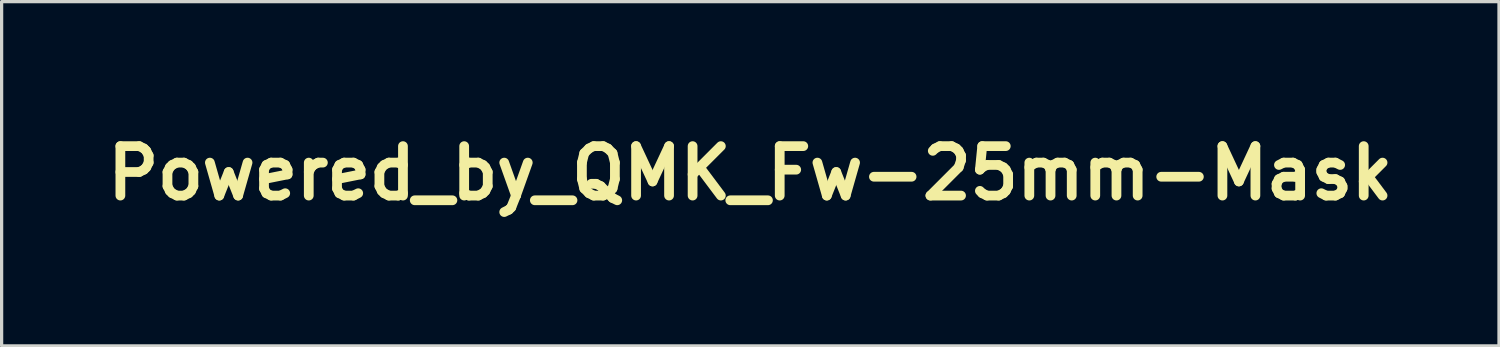
<source format=kicad_pcb>
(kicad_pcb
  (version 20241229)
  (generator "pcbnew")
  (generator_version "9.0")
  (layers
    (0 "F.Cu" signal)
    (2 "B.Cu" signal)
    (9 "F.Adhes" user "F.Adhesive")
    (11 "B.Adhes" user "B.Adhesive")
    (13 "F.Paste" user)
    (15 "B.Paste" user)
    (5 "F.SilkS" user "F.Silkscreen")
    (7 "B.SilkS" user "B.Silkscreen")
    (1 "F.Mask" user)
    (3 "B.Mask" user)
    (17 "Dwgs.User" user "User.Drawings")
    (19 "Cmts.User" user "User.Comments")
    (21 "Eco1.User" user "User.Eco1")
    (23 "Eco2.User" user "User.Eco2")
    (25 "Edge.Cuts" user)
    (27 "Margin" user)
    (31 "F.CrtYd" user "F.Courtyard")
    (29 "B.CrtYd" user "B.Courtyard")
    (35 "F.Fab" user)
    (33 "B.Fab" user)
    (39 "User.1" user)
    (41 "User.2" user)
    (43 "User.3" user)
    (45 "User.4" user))
  (footprint "Powered_by_QMK_Fw-25mm-Mask"
    (layer "F.Cu")
    (at 20.073 2.288)
    (property "Reference" "Powered_by_QMK_Fw-25mm-Mask" (at 0 0 0) (layer "F.SilkS") (effects (font (size 1.524 1.524) (thickness 0.3))))
    (attr board_only exclude_from_pos_files exclude_from_bom)
    (fp_poly (pts (xy 2.213 0.543) (xy 2.22 0.544) (xy 2.249 0.55) (xy 2.268 0.56) (xy 2.273 0.564) (xy 2.288 0.579) (xy 2.288 1.208) (xy 2.288 1.307) (xy 2.288 1.401) (xy 2.287 1.487) (xy 2.287 1.566) (xy 2.287 1.637) (xy 2.286 1.699) (xy 2.285 1.751) (xy 2.285 1.794) (xy 2.284 1.825) (xy 2.283 1.845) (xy 2.282 1.852) (xy 2.271 1.866) (xy 2.255 1.875) (xy 2.236 1.879) (xy 2.209 1.881) (xy 2.177 1.882) (xy 2.143 1.881) (xy 2.113 1.879) (xy 2.088 1.876) (xy 2.077 1.872) (xy 2.056 1.863) (xy 2.056 0.567) (xy 2.072 0.557) (xy 2.088 0.551) (xy 2.114 0.546) (xy 2.146 0.543) (xy 2.18 0.542)) (stroke (width 0) (type solid)) (fill yes) (layer "F.Mask"))
    (fp_poly (pts (xy 2.202 0.029) (xy 2.226 0.031) (xy 2.242 0.034) (xy 2.255 0.038) (xy 2.262 0.042) (xy 2.284 0.059) (xy 2.298 0.082) (xy 2.307 0.113) (xy 2.31 0.153) (xy 2.31 0.164) (xy 2.307 0.21) (xy 2.298 0.244) (xy 2.283 0.269) (xy 2.259 0.286) (xy 2.226 0.296) (xy 2.182 0.3) (xy 2.178 0.301) (xy 2.15 0.301) (xy 2.124 0.3) (xy 2.106 0.298) (xy 2.103 0.297) (xy 2.074 0.286) (xy 2.053 0.27) (xy 2.039 0.246) (xy 2.03 0.213) (xy 2.027 0.17) (xy 2.027 0.164) (xy 2.029 0.121) (xy 2.037 0.088) (xy 2.05 0.064) (xy 2.07 0.045) (xy 2.075 0.042) (xy 2.088 0.036) (xy 2.102 0.032) (xy 2.121 0.03) (xy 2.149 0.029) (xy 2.169 0.029)) (stroke (width 0) (type solid)) (fill yes) (layer "F.Mask"))
    (fp_poly (pts (xy -0.394 -1.682) (xy -0.356 -1.676) (xy -0.327 -1.666) (xy -0.31 -1.656) (xy -0.304 -1.648) (xy -0.3 -1.639) (xy -0.298 -1.624) (xy -0.297 -1.602) (xy -0.296 -1.58) (xy -0.297 -1.548) (xy -0.299 -1.527) (xy -0.302 -1.513) (xy -0.307 -1.503) (xy -0.308 -1.502) (xy -0.32 -1.487) (xy -0.362 -1.501) (xy -0.41 -1.513) (xy -0.455 -1.515) (xy -0.494 -1.508) (xy -0.51 -1.502) (xy -0.539 -1.482) (xy -0.572 -1.451) (xy -0.607 -1.412) (xy -0.64 -1.369) (xy -0.677 -1.316) (xy -0.677 -0.997) (xy -0.677 -0.921) (xy -0.677 -0.857) (xy -0.677 -0.804) (xy -0.677 -0.761) (xy -0.679 -0.726) (xy -0.681 -0.699) (xy -0.684 -0.68) (xy -0.689 -0.666) (xy -0.695 -0.656) (xy -0.703 -0.651) (xy -0.714 -0.648) (xy -0.726 -0.647) (xy -0.741 -0.647) (xy -0.755 -0.647) (xy -0.788 -0.647) (xy -0.815 -0.649) (xy -0.831 -0.653) (xy -0.854 -0.661) (xy -0.856 -1.154) (xy -0.857 -1.647) (xy -0.844 -1.658) (xy -0.829 -1.664) (xy -0.805 -1.668) (xy -0.777 -1.67) (xy -0.75 -1.669) (xy -0.726 -1.665) (xy -0.71 -1.659) (xy -0.704 -1.654) (xy -0.7 -1.647) (xy -0.698 -1.635) (xy -0.696 -1.617) (xy -0.696 -1.589) (xy -0.696 -1.577) (xy -0.695 -1.505) (xy -0.678 -1.527) (xy -0.667 -1.542) (xy -0.648 -1.562) (xy -0.627 -1.585) (xy -0.611 -1.6) (xy -0.575 -1.634) (xy -0.543 -1.658) (xy -0.511 -1.673) (xy -0.477 -1.681) (xy -0.439 -1.684) (xy -0.438 -1.684)) (stroke (width 0) (type solid)) (fill yes) (layer "F.Mask"))
    (fp_poly (pts (xy -5.356 -2.027) (xy -5.298 -2.026) (xy -5.25 -2.025) (xy -5.21 -2.023) (xy -5.177 -2.019) (xy -5.148 -2.015) (xy -5.123 -2.009) (xy -5.1 -2.001) (xy -5.076 -1.991) (xy -5.051 -1.98) (xy -5.048 -1.979) (xy -4.988 -1.942) (xy -4.938 -1.898) (xy -4.897 -1.845) (xy -4.866 -1.786) (xy -4.846 -1.721) (xy -4.837 -1.649) (xy -4.839 -1.573) (xy -4.84 -1.567) (xy -4.854 -1.491) (xy -4.88 -1.423) (xy -4.915 -1.361) (xy -4.961 -1.308) (xy -4.969 -1.3) (xy -5.009 -1.266) (xy -5.051 -1.239) (xy -5.096 -1.217) (xy -5.147 -1.201) (xy -5.205 -1.189) (xy -5.272 -1.18) (xy -5.349 -1.176) (xy -5.37 -1.175) (xy -5.498 -1.171) (xy -5.498 -0.671) (xy -5.514 -0.66) (xy -5.53 -0.654) (xy -5.555 -0.649) (xy -5.585 -0.647) (xy -5.615 -0.646) (xy -5.641 -0.649) (xy -5.652 -0.651) (xy -5.668 -0.657) (xy -5.678 -0.664) (xy -5.679 -0.665) (xy -5.68 -0.672) (xy -5.68 -0.692) (xy -5.681 -0.723) (xy -5.682 -0.764) (xy -5.682 -0.814) (xy -5.682 -0.873) (xy -5.683 -0.94) (xy -5.683 -1.013) (xy -5.683 -1.092) (xy -5.683 -1.177) (xy -5.683 -1.265) (xy -5.683 -1.328) (xy -5.498 -1.328) (xy -5.393 -1.328) (xy -5.339 -1.329) (xy -5.293 -1.331) (xy -5.257 -1.335) (xy -5.244 -1.337) (xy -5.187 -1.355) (xy -5.138 -1.383) (xy -5.097 -1.42) (xy -5.065 -1.466) (xy -5.052 -1.493) (xy -5.046 -1.511) (xy -5.041 -1.528) (xy -5.039 -1.548) (xy -5.037 -1.573) (xy -5.037 -1.608) (xy -5.037 -1.614) (xy -5.037 -1.65) (xy -5.038 -1.675) (xy -5.04 -1.694) (xy -5.044 -1.71) (xy -5.049 -1.724) (xy -5.054 -1.734) (xy -5.083 -1.782) (xy -5.12 -1.82) (xy -5.166 -1.848) (xy -5.22 -1.866) (xy -5.23 -1.868) (xy -5.249 -1.871) (xy -5.278 -1.873) (xy -5.314 -1.874) (xy -5.354 -1.875) (xy -5.383 -1.876) (xy -5.498 -1.876) (xy -5.498 -1.328) (xy -5.683 -1.328) (xy -5.683 -1.332) (xy -5.681 -1.991) (xy -5.663 -2.009) (xy -5.646 -2.027) (xy -5.425 -2.027)) (stroke (width 0) (type solid)) (fill yes) (layer "F.Mask"))
    (fp_poly (pts (xy -4.143 -1.683) (xy -4.094 -1.678) (xy -4.067 -1.673) (xy -3.997 -1.651) (xy -3.933 -1.619) (xy -3.878 -1.577) (xy -3.831 -1.527) (xy -3.794 -1.47) (xy -3.791 -1.463) (xy -3.771 -1.42) (xy -3.757 -1.38) (xy -3.747 -1.339) (xy -3.74 -1.294) (xy -3.735 -1.241) (xy -3.733 -1.199) (xy -3.733 -1.135) (xy -3.735 -1.08) (xy -3.742 -1.031) (xy -3.752 -0.984) (xy -3.767 -0.936) (xy -3.773 -0.922) (xy -3.805 -0.853) (xy -3.847 -0.792) (xy -3.899 -0.74) (xy -3.959 -0.697) (xy -4.026 -0.665) (xy -4.067 -0.651) (xy -4.097 -0.644) (xy -4.136 -0.639) (xy -4.18 -0.636) (xy -4.225 -0.634) (xy -4.268 -0.634) (xy -4.304 -0.636) (xy -4.319 -0.638) (xy -4.396 -0.657) (xy -4.464 -0.686) (xy -4.523 -0.724) (xy -4.573 -0.771) (xy -4.614 -0.828) (xy -4.646 -0.893) (xy -4.669 -0.968) (xy -4.682 -1.052) (xy -4.685 -1.078) (xy -4.686 -1.141) (xy -4.502 -1.141) (xy -4.5 -1.094) (xy -4.497 -1.052) (xy -4.492 -1.018) (xy -4.49 -1.01) (xy -4.469 -0.947) (xy -4.439 -0.893) (xy -4.402 -0.849) (xy -4.358 -0.816) (xy -4.306 -0.794) (xy -4.249 -0.782) (xy -4.185 -0.782) (xy -4.155 -0.786) (xy -4.099 -0.801) (xy -4.049 -0.827) (xy -4.005 -0.863) (xy -3.971 -0.906) (xy -3.949 -0.951) (xy -3.931 -1.006) (xy -3.92 -1.067) (xy -3.915 -1.132) (xy -3.915 -1.199) (xy -3.921 -1.264) (xy -3.934 -1.325) (xy -3.952 -1.38) (xy -3.957 -1.39) (xy -3.986 -1.439) (xy -4.022 -1.478) (xy -4.066 -1.507) (xy -4.118 -1.525) (xy -4.178 -1.534) (xy -4.246 -1.533) (xy -4.253 -1.533) (xy -4.309 -1.522) (xy -4.358 -1.499) (xy -4.401 -1.466) (xy -4.438 -1.422) (xy -4.467 -1.367) (xy -4.49 -1.302) (xy -4.49 -1.302) (xy -4.496 -1.272) (xy -4.5 -1.233) (xy -4.502 -1.188) (xy -4.502 -1.141) (xy -4.686 -1.141) (xy -4.687 -1.175) (xy -4.68 -1.265) (xy -4.663 -1.347) (xy -4.637 -1.421) (xy -4.602 -1.486) (xy -4.558 -1.544) (xy -4.505 -1.592) (xy -4.443 -1.631) (xy -4.373 -1.66) (xy -4.341 -1.67) (xy -4.299 -1.678) (xy -4.25 -1.682) (xy -4.196 -1.684)) (stroke (width 0) (type solid)) (fill yes) (layer "F.Mask"))
    (fp_poly (pts (xy 9.961 0.529) (xy 9.97 0.531) (xy 10.01 0.54) (xy 10.038 0.55) (xy 10.056 0.561) (xy 10.067 0.573) (xy 10.07 0.586) (xy 10.072 0.608) (xy 10.073 0.636) (xy 10.073 0.667) (xy 10.073 0.699) (xy 10.071 0.726) (xy 10.069 0.747) (xy 10.066 0.757) (xy 10.059 0.769) (xy 10.05 0.775) (xy 10.035 0.776) (xy 10.014 0.771) (xy 9.988 0.763) (xy 9.934 0.749) (xy 9.883 0.744) (xy 9.837 0.748) (xy 9.8 0.76) (xy 9.774 0.777) (xy 9.743 0.802) (xy 9.709 0.835) (xy 9.675 0.873) (xy 9.642 0.915) (xy 9.618 0.948) (xy 9.571 1.017) (xy 9.571 1.436) (xy 9.571 1.519) (xy 9.571 1.591) (xy 9.571 1.652) (xy 9.571 1.703) (xy 9.57 1.744) (xy 9.57 1.778) (xy 9.569 1.804) (xy 9.568 1.824) (xy 9.567 1.839) (xy 9.566 1.849) (xy 9.564 1.856) (xy 9.562 1.861) (xy 9.56 1.864) (xy 9.557 1.866) (xy 9.55 1.872) (xy 9.539 1.876) (xy 9.523 1.878) (xy 9.498 1.879) (xy 9.466 1.88) (xy 9.425 1.881) (xy 9.396 1.879) (xy 9.376 1.876) (xy 9.367 1.873) (xy 9.352 1.864) (xy 9.343 1.854) (xy 9.343 1.853) (xy 9.342 1.845) (xy 9.341 1.824) (xy 9.341 1.793) (xy 9.34 1.753) (xy 9.34 1.703) (xy 9.339 1.647) (xy 9.339 1.583) (xy 9.339 1.515) (xy 9.339 1.442) (xy 9.339 1.366) (xy 9.339 1.288) (xy 9.339 1.209) (xy 9.339 1.13) (xy 9.339 1.052) (xy 9.34 0.976) (xy 9.34 0.904) (xy 9.34 0.835) (xy 9.341 0.772) (xy 9.342 0.716) (xy 9.342 0.667) (xy 9.343 0.626) (xy 9.344 0.595) (xy 9.345 0.575) (xy 9.345 0.567) (xy 9.345 0.567) (xy 9.359 0.555) (xy 9.383 0.547) (xy 9.418 0.542) (xy 9.445 0.541) (xy 9.486 0.544) (xy 9.517 0.55) (xy 9.538 0.559) (xy 9.545 0.567) (xy 9.547 0.578) (xy 9.549 0.599) (xy 9.551 0.627) (xy 9.552 0.66) (xy 9.552 0.671) (xy 9.552 0.762) (xy 9.575 0.731) (xy 9.625 0.67) (xy 9.674 0.619) (xy 9.721 0.579) (xy 9.767 0.551) (xy 9.789 0.541) (xy 9.842 0.528) (xy 9.9 0.524)) (stroke (width 0) (type solid)) (fill yes) (layer "F.Mask"))
    (fp_poly (pts (xy 3.343 0.532) (xy 3.381 0.541) (xy 3.408 0.551) (xy 3.425 0.562) (xy 3.435 0.575) (xy 3.435 0.578) (xy 3.438 0.592) (xy 3.44 0.616) (xy 3.441 0.646) (xy 3.441 0.678) (xy 3.44 0.709) (xy 3.439 0.735) (xy 3.436 0.753) (xy 3.434 0.757) (xy 3.427 0.769) (xy 3.418 0.775) (xy 3.404 0.776) (xy 3.382 0.771) (xy 3.356 0.763) (xy 3.302 0.749) (xy 3.251 0.744) (xy 3.205 0.748) (xy 3.168 0.76) (xy 3.141 0.777) (xy 3.111 0.802) (xy 3.077 0.835) (xy 3.043 0.873) (xy 3.01 0.914) (xy 2.985 0.949) (xy 2.939 1.017) (xy 2.939 1.436) (xy 2.939 1.519) (xy 2.939 1.591) (xy 2.939 1.652) (xy 2.939 1.703) (xy 2.938 1.744) (xy 2.938 1.778) (xy 2.937 1.804) (xy 2.936 1.824) (xy 2.935 1.839) (xy 2.934 1.849) (xy 2.932 1.856) (xy 2.93 1.861) (xy 2.928 1.864) (xy 2.925 1.866) (xy 2.918 1.872) (xy 2.907 1.876) (xy 2.891 1.878) (xy 2.866 1.879) (xy 2.834 1.88) (xy 2.793 1.881) (xy 2.764 1.879) (xy 2.744 1.876) (xy 2.735 1.873) (xy 2.72 1.864) (xy 2.711 1.854) (xy 2.711 1.853) (xy 2.71 1.845) (xy 2.71 1.824) (xy 2.709 1.793) (xy 2.708 1.753) (xy 2.708 1.703) (xy 2.707 1.647) (xy 2.707 1.583) (xy 2.707 1.515) (xy 2.707 1.442) (xy 2.707 1.366) (xy 2.707 1.288) (xy 2.707 1.209) (xy 2.707 1.13) (xy 2.707 1.052) (xy 2.708 0.976) (xy 2.708 0.904) (xy 2.708 0.835) (xy 2.709 0.772) (xy 2.71 0.716) (xy 2.71 0.667) (xy 2.711 0.626) (xy 2.712 0.595) (xy 2.713 0.575) (xy 2.713 0.567) (xy 2.713 0.567) (xy 2.727 0.555) (xy 2.751 0.547) (xy 2.785 0.542) (xy 2.811 0.541) (xy 2.848 0.542) (xy 2.875 0.546) (xy 2.894 0.553) (xy 2.906 0.562) (xy 2.912 0.567) (xy 2.915 0.575) (xy 2.918 0.586) (xy 2.919 0.604) (xy 2.919 0.63) (xy 2.92 0.666) (xy 2.92 0.762) (xy 2.953 0.718) (xy 2.982 0.682) (xy 3.016 0.646) (xy 3.05 0.612) (xy 3.084 0.584) (xy 3.113 0.563) (xy 3.114 0.563) (xy 3.165 0.538) (xy 3.22 0.525) (xy 3.279 0.524)) (stroke (width 0) (type solid)) (fill yes) (layer "F.Mask"))
    (fp_poly (pts (xy 1.715 -2.129) (xy 1.741 -2.127) (xy 1.76 -2.124) (xy 1.764 -2.122) (xy 1.779 -2.114) (xy 1.779 -1.389) (xy 1.779 -1.276) (xy 1.779 -1.175) (xy 1.779 -1.086) (xy 1.779 -1.007) (xy 1.778 -0.939) (xy 1.778 -0.88) (xy 1.778 -0.829) (xy 1.777 -0.787) (xy 1.777 -0.752) (xy 1.776 -0.724) (xy 1.775 -0.702) (xy 1.774 -0.685) (xy 1.773 -0.673) (xy 1.772 -0.665) (xy 1.771 -0.66) (xy 1.769 -0.657) (xy 1.769 -0.657) (xy 1.755 -0.651) (xy 1.732 -0.647) (xy 1.704 -0.646) (xy 1.677 -0.647) (xy 1.655 -0.651) (xy 1.648 -0.653) (xy 1.624 -0.663) (xy 1.624 -0.8) (xy 1.584 -0.764) (xy 1.531 -0.72) (xy 1.478 -0.685) (xy 1.426 -0.659) (xy 1.409 -0.652) (xy 1.365 -0.641) (xy 1.315 -0.635) (xy 1.262 -0.633) (xy 1.213 -0.637) (xy 1.194 -0.641) (xy 1.136 -0.661) (xy 1.082 -0.691) (xy 1.033 -0.732) (xy 0.991 -0.781) (xy 0.962 -0.831) (xy 0.935 -0.899) (xy 0.916 -0.974) (xy 0.904 -1.054) (xy 0.9 -1.138) (xy 0.901 -1.187) (xy 1.086 -1.187) (xy 1.086 -1.136) (xy 1.088 -1.087) (xy 1.092 -1.041) (xy 1.098 -1.004) (xy 1.101 -0.991) (xy 1.122 -0.929) (xy 1.148 -0.879) (xy 1.179 -0.839) (xy 1.217 -0.81) (xy 1.234 -0.801) (xy 1.251 -0.794) (xy 1.267 -0.789) (xy 1.286 -0.787) (xy 1.311 -0.787) (xy 1.328 -0.788) (xy 1.358 -0.789) (xy 1.38 -0.792) (xy 1.399 -0.797) (xy 1.418 -0.806) (xy 1.431 -0.812) (xy 1.46 -0.83) (xy 1.493 -0.857) (xy 1.531 -0.893) (xy 1.539 -0.9) (xy 1.605 -0.966) (xy 1.605 -1.353) (xy 1.558 -1.403) (xy 1.514 -1.446) (xy 1.473 -1.48) (xy 1.435 -1.504) (xy 1.396 -1.52) (xy 1.391 -1.522) (xy 1.338 -1.532) (xy 1.289 -1.53) (xy 1.243 -1.516) (xy 1.202 -1.491) (xy 1.165 -1.455) (xy 1.135 -1.408) (xy 1.11 -1.352) (xy 1.098 -1.311) (xy 1.092 -1.278) (xy 1.088 -1.235) (xy 1.086 -1.187) (xy 0.901 -1.187) (xy 0.903 -1.222) (xy 0.913 -1.304) (xy 0.93 -1.381) (xy 0.955 -1.451) (xy 0.966 -1.475) (xy 1.003 -1.535) (xy 1.049 -1.586) (xy 1.101 -1.627) (xy 1.16 -1.658) (xy 1.224 -1.678) (xy 1.291 -1.686) (xy 1.358 -1.682) (xy 1.414 -1.67) (xy 1.468 -1.646) (xy 1.524 -1.611) (xy 1.552 -1.589) (xy 1.605 -1.546) (xy 1.605 -2.114) (xy 1.619 -2.122) (xy 1.634 -2.126) (xy 1.658 -2.129) (xy 1.686 -2.13)) (stroke (width 0) (type solid)) (fill yes) (layer "F.Mask"))
    (fp_poly (pts (xy -1.48 -1.682) (xy -1.437 -1.676) (xy -1.424 -1.673) (xy -1.357 -1.65) (xy -1.297 -1.617) (xy -1.245 -1.575) (xy -1.202 -1.524) (xy -1.174 -1.476) (xy -1.152 -1.422) (xy -1.137 -1.367) (xy -1.128 -1.308) (xy -1.125 -1.242) (xy -1.125 -1.239) (xy -1.125 -1.206) (xy -1.125 -1.183) (xy -1.127 -1.168) (xy -1.13 -1.158) (xy -1.135 -1.15) (xy -1.143 -1.143) (xy -1.16 -1.125) (xy -1.823 -1.121) (xy -1.82 -1.078) (xy -1.81 -1.006) (xy -1.793 -0.945) (xy -1.768 -0.894) (xy -1.735 -0.852) (xy -1.694 -0.82) (xy -1.644 -0.798) (xy -1.584 -0.784) (xy -1.516 -0.778) (xy -1.502 -0.778) (xy -1.455 -0.78) (xy -1.413 -0.784) (xy -1.371 -0.792) (xy -1.325 -0.804) (xy -1.273 -0.821) (xy -1.264 -0.824) (xy -1.235 -0.834) (xy -1.21 -0.842) (xy -1.191 -0.846) (xy -1.182 -0.847) (xy -1.172 -0.836) (xy -1.166 -0.813) (xy -1.164 -0.778) (xy -1.164 -0.773) (xy -1.167 -0.743) (xy -1.175 -0.721) (xy -1.191 -0.705) (xy -1.215 -0.692) (xy -1.271 -0.671) (xy -1.336 -0.654) (xy -1.407 -0.642) (xy -1.479 -0.634) (xy -1.549 -0.633) (xy -1.614 -0.637) (xy -1.641 -0.641) (xy -1.709 -0.657) (xy -1.768 -0.681) (xy -1.82 -0.712) (xy -1.868 -0.752) (xy -1.873 -0.757) (xy -1.912 -0.802) (xy -1.944 -0.853) (xy -1.968 -0.911) (xy -1.983 -0.959) (xy -1.989 -0.982) (xy -1.994 -1.003) (xy -1.997 -1.024) (xy -1.999 -1.047) (xy -2 -1.076) (xy -2 -1.114) (xy -2.001 -1.147) (xy -2.001 -1.193) (xy -2 -1.229) (xy -1.999 -1.256) (xy -1.999 -1.258) (xy -1.818 -1.258) (xy -1.818 -1.255) (xy -1.812 -1.254) (xy -1.794 -1.253) (xy -1.766 -1.252) (xy -1.729 -1.252) (xy -1.685 -1.251) (xy -1.635 -1.251) (xy -1.58 -1.25) (xy -1.56 -1.25) (xy -1.302 -1.25) (xy -1.302 -1.284) (xy -1.307 -1.34) (xy -1.321 -1.392) (xy -1.344 -1.439) (xy -1.373 -1.478) (xy -1.409 -1.509) (xy -1.424 -1.518) (xy -1.47 -1.535) (xy -1.522 -1.544) (xy -1.574 -1.545) (xy -1.624 -1.537) (xy -1.66 -1.525) (xy -1.694 -1.505) (xy -1.727 -1.478) (xy -1.757 -1.447) (xy -1.775 -1.422) (xy -1.789 -1.392) (xy -1.802 -1.356) (xy -1.812 -1.319) (xy -1.818 -1.285) (xy -1.818 -1.258) (xy -1.999 -1.258) (xy -1.997 -1.28) (xy -1.993 -1.3) (xy -1.989 -1.322) (xy -1.986 -1.331) (xy -1.961 -1.408) (xy -1.927 -1.477) (xy -1.884 -1.537) (xy -1.833 -1.588) (xy -1.774 -1.628) (xy -1.708 -1.659) (xy -1.671 -1.67) (xy -1.63 -1.678) (xy -1.581 -1.683) (xy -1.53 -1.684)) (stroke (width 0) (type solid)) (fill yes) (layer "F.Mask"))
    (fp_poly (pts (xy 0.327 -1.683) (xy 0.369 -1.678) (xy 0.393 -1.673) (xy 0.462 -1.65) (xy 0.521 -1.617) (xy 0.572 -1.575) (xy 0.615 -1.523) (xy 0.648 -1.462) (xy 0.673 -1.392) (xy 0.688 -1.312) (xy 0.693 -1.263) (xy 0.695 -1.219) (xy 0.692 -1.185) (xy 0.685 -1.16) (xy 0.673 -1.142) (xy 0.662 -1.134) (xy 0.657 -1.131) (xy 0.651 -1.129) (xy 0.643 -1.127) (xy 0.631 -1.125) (xy 0.616 -1.124) (xy 0.595 -1.123) (xy 0.568 -1.122) (xy 0.533 -1.122) (xy 0.489 -1.122) (xy 0.436 -1.122) (xy 0.371 -1.121) (xy 0.317 -1.121) (xy -0.008 -1.121) (xy -0.004 -1.075) (xy 0.006 -1.006) (xy 0.022 -0.948) (xy 0.044 -0.9) (xy 0.073 -0.861) (xy 0.109 -0.83) (xy 0.123 -0.82) (xy 0.172 -0.798) (xy 0.229 -0.784) (xy 0.292 -0.777) (xy 0.36 -0.779) (xy 0.431 -0.789) (xy 0.502 -0.807) (xy 0.535 -0.818) (xy 0.561 -0.827) (xy 0.587 -0.837) (xy 0.599 -0.841) (xy 0.616 -0.847) (xy 0.627 -0.848) (xy 0.635 -0.844) (xy 0.639 -0.84) (xy 0.645 -0.832) (xy 0.649 -0.82) (xy 0.651 -0.8) (xy 0.651 -0.779) (xy 0.651 -0.752) (xy 0.649 -0.735) (xy 0.645 -0.724) (xy 0.638 -0.715) (xy 0.634 -0.712) (xy 0.616 -0.7) (xy 0.587 -0.687) (xy 0.549 -0.673) (xy 0.506 -0.66) (xy 0.467 -0.651) (xy 0.433 -0.645) (xy 0.391 -0.64) (xy 0.344 -0.636) (xy 0.296 -0.634) (xy 0.251 -0.634) (xy 0.212 -0.635) (xy 0.187 -0.638) (xy 0.111 -0.656) (xy 0.042 -0.684) (xy -0.017 -0.721) (xy -0.069 -0.769) (xy -0.111 -0.825) (xy -0.145 -0.891) (xy -0.169 -0.965) (xy -0.174 -0.986) (xy -0.178 -1.006) (xy -0.18 -1.027) (xy -0.182 -1.052) (xy -0.183 -1.084) (xy -0.183 -1.124) (xy -0.183 -1.154) (xy -0.183 -1.211) (xy -0.181 -1.25) (xy -0.008 -1.25) (xy 0.517 -1.25) (xy 0.514 -1.297) (xy 0.504 -1.357) (xy 0.487 -1.41) (xy 0.462 -1.456) (xy 0.43 -1.492) (xy 0.406 -1.509) (xy 0.357 -1.532) (xy 0.304 -1.544) (xy 0.249 -1.545) (xy 0.194 -1.537) (xy 0.143 -1.518) (xy 0.1 -1.492) (xy 0.071 -1.462) (xy 0.044 -1.423) (xy 0.022 -1.377) (xy 0.005 -1.326) (xy -0.003 -1.284) (xy -0.008 -1.25) (xy -0.181 -1.25) (xy -0.18 -1.258) (xy -0.176 -1.298) (xy -0.17 -1.333) (xy -0.161 -1.367) (xy -0.148 -1.401) (xy -0.131 -1.438) (xy -0.125 -1.45) (xy -0.087 -1.512) (xy -0.04 -1.566) (xy 0.016 -1.611) (xy 0.079 -1.647) (xy 0.149 -1.672) (xy 0.155 -1.673) (xy 0.19 -1.68) (xy 0.233 -1.683) (xy 0.281 -1.684)) (stroke (width 0) (type solid)) (fill yes) (layer "F.Mask"))
    (fp_poly (pts (xy 2.74 -2.133) (xy 2.752 -2.13) (xy 2.76 -2.124) (xy 2.767 -2.114) (xy 2.772 -2.098) (xy 2.775 -2.076) (xy 2.777 -2.047) (xy 2.778 -2.009) (xy 2.778 -1.962) (xy 2.778 -1.904) (xy 2.778 -1.834) (xy 2.778 -1.82) (xy 2.778 -1.533) (xy 2.813 -1.564) (xy 2.874 -1.614) (xy 2.936 -1.65) (xy 3 -1.674) (xy 3.065 -1.685) (xy 3.133 -1.684) (xy 3.146 -1.682) (xy 3.201 -1.672) (xy 3.247 -1.656) (xy 3.289 -1.633) (xy 3.305 -1.622) (xy 3.353 -1.579) (xy 3.394 -1.528) (xy 3.426 -1.468) (xy 3.451 -1.398) (xy 3.468 -1.319) (xy 3.471 -1.305) (xy 3.479 -1.222) (xy 3.48 -1.137) (xy 3.473 -1.054) (xy 3.459 -0.975) (xy 3.439 -0.902) (xy 3.412 -0.838) (xy 3.405 -0.825) (xy 3.38 -0.787) (xy 3.348 -0.75) (xy 3.311 -0.715) (xy 3.274 -0.687) (xy 3.248 -0.671) (xy 3.193 -0.65) (xy 3.131 -0.637) (xy 3.067 -0.632) (xy 3.005 -0.636) (xy 2.991 -0.639) (xy 2.949 -0.652) (xy 2.903 -0.674) (xy 2.855 -0.706) (xy 2.811 -0.741) (xy 2.752 -0.793) (xy 2.752 -0.729) (xy 2.752 -0.696) (xy 2.749 -0.673) (xy 2.742 -0.659) (xy 2.729 -0.651) (xy 2.708 -0.648) (xy 2.677 -0.648) (xy 2.675 -0.648) (xy 2.64 -0.649) (xy 2.618 -0.652) (xy 2.608 -0.657) (xy 2.606 -0.659) (xy 2.605 -0.663) (xy 2.604 -0.669) (xy 2.602 -0.679) (xy 2.601 -0.692) (xy 2.601 -0.71) (xy 2.6 -0.733) (xy 2.599 -0.763) (xy 2.599 -0.799) (xy 2.598 -0.842) (xy 2.598 -0.894) (xy 2.598 -0.954) (xy 2.598 -0.959) (xy 2.778 -0.959) (xy 2.825 -0.911) (xy 2.872 -0.866) (xy 2.915 -0.831) (xy 2.956 -0.807) (xy 2.997 -0.793) (xy 3.038 -0.787) (xy 3.049 -0.786) (xy 3.075 -0.787) (xy 3.1 -0.79) (xy 3.114 -0.793) (xy 3.156 -0.811) (xy 3.194 -0.841) (xy 3.226 -0.88) (xy 3.252 -0.929) (xy 3.273 -0.985) (xy 3.287 -1.049) (xy 3.294 -1.119) (xy 3.295 -1.195) (xy 3.293 -1.218) (xy 3.286 -1.285) (xy 3.274 -1.342) (xy 3.258 -1.39) (xy 3.236 -1.43) (xy 3.209 -1.466) (xy 3.206 -1.469) (xy 3.167 -1.502) (xy 3.124 -1.524) (xy 3.076 -1.533) (xy 3.025 -1.529) (xy 3.004 -1.525) (xy 2.973 -1.515) (xy 2.944 -1.502) (xy 2.916 -1.485) (xy 2.886 -1.46) (xy 2.851 -1.428) (xy 2.841 -1.418) (xy 2.778 -1.355) (xy 2.778 -0.959) (xy 2.598 -0.959) (xy 2.598 -1.024) (xy 2.597 -1.104) (xy 2.597 -1.196) (xy 2.597 -1.298) (xy 2.597 -1.389) (xy 2.597 -2.113) (xy 2.612 -2.123) (xy 2.623 -2.128) (xy 2.642 -2.132) (xy 2.67 -2.133) (xy 2.689 -2.133) (xy 2.709 -2.134) (xy 2.726 -2.134)) (stroke (width 0) (type solid)) (fill yes) (layer "F.Mask"))
    (fp_poly (pts (xy 4.478 -1.668) (xy 4.498 -1.664) (xy 4.501 -1.663) (xy 4.513 -1.655) (xy 4.518 -1.642) (xy 4.518 -1.635) (xy 4.516 -1.627) (xy 4.51 -1.606) (xy 4.499 -1.576) (xy 4.486 -1.535) (xy 4.469 -1.486) (xy 4.449 -1.429) (xy 4.426 -1.364) (xy 4.401 -1.293) (xy 4.374 -1.217) (xy 4.345 -1.136) (xy 4.314 -1.05) (xy 4.289 -0.98) (xy 4.257 -0.892) (xy 4.227 -0.808) (xy 4.197 -0.728) (xy 4.17 -0.652) (xy 4.145 -0.582) (xy 4.122 -0.518) (xy 4.101 -0.462) (xy 4.084 -0.413) (xy 4.07 -0.374) (xy 4.059 -0.344) (xy 4.052 -0.325) (xy 4.049 -0.317) (xy 4.04 -0.297) (xy 4.026 -0.283) (xy 4.005 -0.274) (xy 3.976 -0.268) (xy 3.941 -0.266) (xy 3.904 -0.266) (xy 3.879 -0.268) (xy 3.867 -0.272) (xy 3.855 -0.282) (xy 3.849 -0.291) (xy 3.851 -0.3) (xy 3.857 -0.319) (xy 3.866 -0.346) (xy 3.879 -0.381) (xy 3.895 -0.421) (xy 3.912 -0.466) (xy 3.916 -0.477) (xy 3.985 -0.651) (xy 3.972 -0.666) (xy 3.968 -0.673) (xy 3.96 -0.692) (xy 3.948 -0.72) (xy 3.933 -0.758) (xy 3.916 -0.802) (xy 3.896 -0.854) (xy 3.874 -0.91) (xy 3.851 -0.971) (xy 3.827 -1.034) (xy 3.802 -1.1) (xy 3.777 -1.166) (xy 3.752 -1.232) (xy 3.727 -1.297) (xy 3.704 -1.359) (xy 3.683 -1.417) (xy 3.663 -1.47) (xy 3.646 -1.517) (xy 3.631 -1.557) (xy 3.62 -1.589) (xy 3.612 -1.611) (xy 3.609 -1.622) (xy 3.607 -1.64) (xy 3.61 -1.652) (xy 3.62 -1.66) (xy 3.639 -1.665) (xy 3.669 -1.668) (xy 3.686 -1.668) (xy 3.725 -1.669) (xy 3.753 -1.666) (xy 3.773 -1.661) (xy 3.787 -1.651) (xy 3.796 -1.637) (xy 3.798 -1.632) (xy 3.802 -1.621) (xy 3.809 -1.6) (xy 3.821 -1.569) (xy 3.835 -1.529) (xy 3.852 -1.482) (xy 3.871 -1.428) (xy 3.892 -1.369) (xy 3.915 -1.305) (xy 3.938 -1.239) (xy 3.962 -1.173) (xy 3.984 -1.111) (xy 4.005 -1.054) (xy 4.023 -1.003) (xy 4.04 -0.958) (xy 4.053 -0.922) (xy 4.064 -0.894) (xy 4.07 -0.877) (xy 4.074 -0.87) (xy 4.074 -0.87) (xy 4.076 -0.876) (xy 4.083 -0.893) (xy 4.093 -0.92) (xy 4.106 -0.956) (xy 4.121 -1) (xy 4.139 -1.051) (xy 4.159 -1.108) (xy 4.18 -1.17) (xy 4.199 -1.226) (xy 4.227 -1.308) (xy 4.251 -1.379) (xy 4.271 -1.439) (xy 4.289 -1.489) (xy 4.303 -1.531) (xy 4.315 -1.565) (xy 4.325 -1.592) (xy 4.332 -1.613) (xy 4.338 -1.628) (xy 4.343 -1.64) (xy 4.347 -1.647) (xy 4.35 -1.652) (xy 4.353 -1.655) (xy 4.356 -1.657) (xy 4.359 -1.66) (xy 4.372 -1.664) (xy 4.395 -1.668) (xy 4.422 -1.669) (xy 4.451 -1.669)) (stroke (width 0) (type solid)) (fill yes) (layer "F.Mask"))
    (fp_poly (pts (xy 1.511 0.072) (xy 1.563 0.072) (xy 1.607 0.072) (xy 1.641 0.073) (xy 1.666 0.073) (xy 1.679 0.074) (xy 1.68 0.074) (xy 1.696 0.083) (xy 1.707 0.103) (xy 1.714 0.134) (xy 1.716 0.174) (xy 1.713 0.217) (xy 1.706 0.248) (xy 1.695 0.267) (xy 1.685 0.273) (xy 1.677 0.274) (xy 1.657 0.275) (xy 1.627 0.275) (xy 1.587 0.276) (xy 1.54 0.276) (xy 1.486 0.277) (xy 1.426 0.277) (xy 1.363 0.277) (xy 1.343 0.277) (xy 1.012 0.277) (xy 1.012 0.889) (xy 1.331 0.889) (xy 1.403 0.889) (xy 1.463 0.889) (xy 1.513 0.89) (xy 1.553 0.89) (xy 1.585 0.89) (xy 1.609 0.891) (xy 1.628 0.892) (xy 1.64 0.893) (xy 1.649 0.895) (xy 1.655 0.897) (xy 1.659 0.9) (xy 1.662 0.903) (xy 1.673 0.922) (xy 1.68 0.95) (xy 1.683 0.981) (xy 1.681 1.014) (xy 1.675 1.043) (xy 1.666 1.067) (xy 1.655 1.079) (xy 1.65 1.082) (xy 1.642 1.084) (xy 1.631 1.085) (xy 1.614 1.086) (xy 1.592 1.087) (xy 1.562 1.088) (xy 1.523 1.089) (xy 1.476 1.089) (xy 1.418 1.089) (xy 1.348 1.089) (xy 1.326 1.089) (xy 1.012 1.089) (xy 1.012 1.467) (xy 1.012 1.554) (xy 1.011 1.632) (xy 1.011 1.698) (xy 1.01 1.754) (xy 1.009 1.798) (xy 1.008 1.83) (xy 1.007 1.849) (xy 1.005 1.856) (xy 0.995 1.866) (xy 0.978 1.874) (xy 0.975 1.875) (xy 0.956 1.878) (xy 0.928 1.88) (xy 0.896 1.881) (xy 0.862 1.881) (xy 0.832 1.879) (xy 0.809 1.877) (xy 0.802 1.875) (xy 0.786 1.867) (xy 0.775 1.858) (xy 0.774 1.854) (xy 0.773 1.845) (xy 0.772 1.83) (xy 0.771 1.809) (xy 0.77 1.781) (xy 0.769 1.746) (xy 0.769 1.703) (xy 0.768 1.651) (xy 0.768 1.59) (xy 0.768 1.52) (xy 0.767 1.44) (xy 0.767 1.349) (xy 0.767 1.247) (xy 0.767 1.133) (xy 0.767 1.007) (xy 0.767 0.996) (xy 0.767 0.874) (xy 0.767 0.764) (xy 0.767 0.665) (xy 0.767 0.577) (xy 0.767 0.5) (xy 0.768 0.432) (xy 0.768 0.373) (xy 0.768 0.323) (xy 0.769 0.28) (xy 0.769 0.243) (xy 0.77 0.214) (xy 0.77 0.189) (xy 0.771 0.17) (xy 0.772 0.155) (xy 0.773 0.144) (xy 0.774 0.135) (xy 0.776 0.129) (xy 0.777 0.125) (xy 0.778 0.123) (xy 0.791 0.104) (xy 0.807 0.088) (xy 0.808 0.087) (xy 0.812 0.085) (xy 0.816 0.083) (xy 0.822 0.081) (xy 0.831 0.079) (xy 0.843 0.078) (xy 0.86 0.076) (xy 0.882 0.076) (xy 0.91 0.075) (xy 0.946 0.074) (xy 0.99 0.074) (xy 1.043 0.073) (xy 1.107 0.073) (xy 1.182 0.073) (xy 1.246 0.072) (xy 1.319 0.072) (xy 1.388 0.072) (xy 1.452 0.072)) (stroke (width 0) (type solid)) (fill yes) (layer "F.Mask"))
    (fp_poly (pts (xy 10.946 0.533) (xy 11.023 0.554) (xy 11.096 0.585) (xy 11.162 0.626) (xy 11.174 0.635) (xy 11.227 0.684) (xy 11.273 0.744) (xy 11.311 0.814) (xy 11.34 0.893) (xy 11.348 0.918) (xy 11.354 0.944) (xy 11.359 0.966) (xy 11.362 0.989) (xy 11.364 1.014) (xy 11.365 1.046) (xy 11.365 1.087) (xy 11.365 1.097) (xy 11.366 1.211) (xy 11.346 1.231) (xy 11.327 1.246) (xy 11.305 1.256) (xy 11.301 1.257) (xy 11.29 1.258) (xy 11.268 1.259) (xy 11.235 1.26) (xy 11.192 1.261) (xy 11.142 1.262) (xy 11.084 1.262) (xy 11.02 1.263) (xy 10.952 1.263) (xy 10.88 1.263) (xy 10.865 1.263) (xy 10.454 1.263) (xy 10.454 1.278) (xy 10.455 1.3) (xy 10.458 1.331) (xy 10.463 1.366) (xy 10.468 1.401) (xy 10.473 1.431) (xy 10.477 1.447) (xy 10.499 1.511) (xy 10.532 1.568) (xy 10.573 1.616) (xy 10.624 1.656) (xy 10.682 1.685) (xy 10.721 1.698) (xy 10.744 1.702) (xy 10.775 1.707) (xy 10.81 1.71) (xy 10.834 1.712) (xy 10.914 1.712) (xy 10.993 1.704) (xy 11.073 1.688) (xy 11.158 1.661) (xy 11.201 1.645) (xy 11.238 1.632) (xy 11.265 1.624) (xy 11.284 1.622) (xy 11.297 1.626) (xy 11.306 1.636) (xy 11.311 1.647) (xy 11.316 1.669) (xy 11.318 1.698) (xy 11.317 1.729) (xy 11.313 1.758) (xy 11.306 1.779) (xy 11.306 1.779) (xy 11.291 1.797) (xy 11.264 1.815) (xy 11.226 1.833) (xy 11.179 1.85) (xy 11.124 1.866) (xy 11.061 1.88) (xy 10.994 1.891) (xy 10.954 1.896) (xy 10.906 1.899) (xy 10.855 1.9) (xy 10.804 1.9) (xy 10.757 1.899) (xy 10.718 1.895) (xy 10.709 1.894) (xy 10.623 1.876) (xy 10.543 1.847) (xy 10.472 1.809) (xy 10.408 1.76) (xy 10.373 1.725) (xy 10.331 1.673) (xy 10.296 1.615) (xy 10.267 1.549) (xy 10.244 1.474) (xy 10.234 1.431) (xy 10.229 1.405) (xy 10.225 1.382) (xy 10.223 1.357) (xy 10.221 1.328) (xy 10.22 1.294) (xy 10.219 1.25) (xy 10.219 1.225) (xy 10.219 1.176) (xy 10.22 1.137) (xy 10.221 1.106) (xy 10.223 1.089) (xy 10.453 1.089) (xy 11.139 1.089) (xy 11.135 1.028) (xy 11.126 0.962) (xy 11.108 0.901) (xy 11.082 0.846) (xy 11.05 0.8) (xy 11.011 0.763) (xy 10.978 0.742) (xy 10.925 0.721) (xy 10.865 0.708) (xy 10.803 0.704) (xy 10.75 0.708) (xy 10.689 0.724) (xy 10.634 0.75) (xy 10.584 0.787) (xy 10.542 0.834) (xy 10.507 0.889) (xy 10.48 0.952) (xy 10.462 1.023) (xy 10.457 1.055) (xy 10.453 1.089) (xy 10.223 1.089) (xy 10.223 1.08) (xy 10.226 1.057) (xy 10.231 1.033) (xy 10.234 1.02) (xy 10.259 0.926) (xy 10.292 0.842) (xy 10.333 0.769) (xy 10.383 0.705) (xy 10.441 0.65) (xy 10.507 0.604) (xy 10.541 0.586) (xy 10.619 0.554) (xy 10.7 0.533) (xy 10.783 0.523) (xy 10.865 0.523)) (stroke (width 0) (type solid)) (fill yes) (layer "F.Mask"))
    (fp_poly (pts (xy 8.539 0.529) (xy 8.627 0.545) (xy 8.69 0.567) (xy 8.748 0.598) (xy 8.798 0.637) (xy 8.839 0.683) (xy 8.87 0.734) (xy 8.871 0.736) (xy 8.879 0.753) (xy 8.886 0.769) (xy 8.892 0.784) (xy 8.897 0.799) (xy 8.902 0.816) (xy 8.905 0.834) (xy 8.908 0.856) (xy 8.911 0.882) (xy 8.913 0.913) (xy 8.914 0.95) (xy 8.915 0.993) (xy 8.916 1.045) (xy 8.917 1.106) (xy 8.917 1.177) (xy 8.918 1.259) (xy 8.918 1.352) (xy 8.918 1.357) (xy 8.919 1.435) (xy 8.919 1.509) (xy 8.919 1.579) (xy 8.919 1.644) (xy 8.919 1.701) (xy 8.919 1.751) (xy 8.918 1.793) (xy 8.918 1.824) (xy 8.918 1.845) (xy 8.917 1.854) (xy 8.917 1.854) (xy 8.909 1.866) (xy 8.892 1.875) (xy 8.864 1.88) (xy 8.824 1.882) (xy 8.815 1.882) (xy 8.778 1.881) (xy 8.751 1.876) (xy 8.733 1.868) (xy 8.725 1.86) (xy 8.723 1.851) (xy 8.722 1.832) (xy 8.721 1.806) (xy 8.72 1.786) (xy 8.72 1.718) (xy 8.69 1.747) (xy 8.624 1.802) (xy 8.554 1.845) (xy 8.479 1.878) (xy 8.466 1.882) (xy 8.432 1.89) (xy 8.39 1.895) (xy 8.343 1.899) (xy 8.295 1.9) (xy 8.25 1.898) (xy 8.212 1.893) (xy 8.205 1.892) (xy 8.131 1.871) (xy 8.067 1.841) (xy 8.012 1.803) (xy 7.967 1.757) (xy 7.931 1.703) (xy 7.906 1.642) (xy 7.892 1.575) (xy 7.889 1.521) (xy 7.891 1.495) (xy 8.129 1.495) (xy 8.131 1.55) (xy 8.144 1.598) (xy 8.167 1.64) (xy 8.201 1.675) (xy 8.22 1.688) (xy 8.255 1.704) (xy 8.299 1.715) (xy 8.347 1.72) (xy 8.396 1.719) (xy 8.439 1.711) (xy 8.48 1.698) (xy 8.519 1.68) (xy 8.558 1.655) (xy 8.598 1.623) (xy 8.641 1.583) (xy 8.688 1.537) (xy 8.688 1.268) (xy 8.532 1.271) (xy 8.479 1.273) (xy 8.438 1.274) (xy 8.405 1.276) (xy 8.379 1.278) (xy 8.357 1.281) (xy 8.339 1.285) (xy 8.326 1.288) (xy 8.266 1.308) (xy 8.218 1.333) (xy 8.181 1.363) (xy 8.154 1.4) (xy 8.137 1.443) (xy 8.129 1.494) (xy 8.129 1.495) (xy 7.891 1.495) (xy 7.894 1.451) (xy 7.911 1.386) (xy 7.939 1.328) (xy 7.978 1.275) (xy 7.988 1.264) (xy 8.032 1.225) (xy 8.083 1.191) (xy 8.141 1.163) (xy 8.207 1.141) (xy 8.282 1.124) (xy 8.367 1.112) (xy 8.462 1.105) (xy 8.569 1.102) (xy 8.574 1.102) (xy 8.688 1.102) (xy 8.688 1.02) (xy 8.685 0.949) (xy 8.676 0.89) (xy 8.66 0.84) (xy 8.637 0.799) (xy 8.605 0.767) (xy 8.566 0.743) (xy 8.517 0.726) (xy 8.461 0.715) (xy 8.393 0.711) (xy 8.323 0.717) (xy 8.249 0.734) (xy 8.172 0.761) (xy 8.089 0.799) (xy 8.089 0.799) (xy 8.051 0.818) (xy 8.023 0.83) (xy 8.002 0.836) (xy 7.987 0.837) (xy 7.976 0.833) (xy 7.975 0.833) (xy 7.963 0.818) (xy 7.955 0.792) (xy 7.952 0.755) (xy 7.952 0.747) (xy 7.953 0.716) (xy 7.958 0.691) (xy 7.968 0.67) (xy 7.985 0.652) (xy 8.01 0.634) (xy 8.044 0.615) (xy 8.076 0.6) (xy 8.162 0.566) (xy 8.254 0.542) (xy 8.349 0.527) (xy 8.445 0.523)) (stroke (width 0) (type solid)) (fill yes) (layer "F.Mask"))
    (fp_poly (pts (xy -1.202 0.068) (xy -1.172 0.07) (xy -1.149 0.075) (xy -1.139 0.079) (xy -1.121 0.091) (xy -1.121 0.497) (xy -1.121 0.579) (xy -1.121 0.653) (xy -1.121 0.719) (xy -1.12 0.776) (xy -1.119 0.823) (xy -1.118 0.859) (xy -1.117 0.884) (xy -1.116 0.897) (xy -1.115 0.899) (xy -1.111 0.894) (xy -1.098 0.879) (xy -1.079 0.856) (xy -1.054 0.824) (xy -1.023 0.786) (xy -0.988 0.742) (xy -0.947 0.692) (xy -0.904 0.637) (xy -0.857 0.578) (xy -0.807 0.516) (xy -0.787 0.491) (xy -0.725 0.412) (xy -0.67 0.344) (xy -0.622 0.284) (xy -0.581 0.234) (xy -0.546 0.191) (xy -0.517 0.156) (xy -0.493 0.128) (xy -0.474 0.107) (xy -0.46 0.091) (xy -0.45 0.082) (xy -0.444 0.077) (xy -0.443 0.077) (xy -0.425 0.072) (xy -0.395 0.069) (xy -0.353 0.068) (xy -0.338 0.068) (xy -0.302 0.068) (xy -0.276 0.069) (xy -0.259 0.071) (xy -0.246 0.074) (xy -0.236 0.079) (xy -0.236 0.08) (xy -0.224 0.089) (xy -0.22 0.1) (xy -0.221 0.116) (xy -0.227 0.137) (xy -0.24 0.162) (xy -0.249 0.176) (xy -0.257 0.187) (xy -0.273 0.206) (xy -0.296 0.234) (xy -0.325 0.269) (xy -0.359 0.31) (xy -0.397 0.357) (xy -0.44 0.408) (xy -0.485 0.463) (xy -0.533 0.52) (xy -0.564 0.557) (xy -0.612 0.615) (xy -0.658 0.67) (xy -0.7 0.721) (xy -0.739 0.768) (xy -0.773 0.81) (xy -0.802 0.845) (xy -0.825 0.874) (xy -0.842 0.895) (xy -0.851 0.908) (xy -0.853 0.911) (xy -0.849 0.917) (xy -0.838 0.933) (xy -0.821 0.957) (xy -0.797 0.99) (xy -0.768 1.029) (xy -0.734 1.075) (xy -0.695 1.127) (xy -0.653 1.183) (xy -0.608 1.244) (xy -0.56 1.307) (xy -0.535 1.341) (xy -0.485 1.407) (xy -0.437 1.47) (xy -0.392 1.531) (xy -0.35 1.587) (xy -0.312 1.639) (xy -0.278 1.685) (xy -0.249 1.725) (xy -0.226 1.757) (xy -0.209 1.781) (xy -0.199 1.796) (xy -0.197 1.799) (xy -0.187 1.82) (xy -0.182 1.834) (xy -0.183 1.845) (xy -0.185 1.852) (xy -0.194 1.864) (xy -0.21 1.872) (xy -0.233 1.878) (xy -0.266 1.881) (xy -0.31 1.881) (xy -0.329 1.881) (xy -0.364 1.88) (xy -0.389 1.878) (xy -0.406 1.876) (xy -0.418 1.872) (xy -0.428 1.867) (xy -0.43 1.865) (xy -0.436 1.858) (xy -0.45 1.841) (xy -0.47 1.816) (xy -0.496 1.782) (xy -0.527 1.741) (xy -0.562 1.693) (xy -0.602 1.64) (xy -0.646 1.582) (xy -0.692 1.519) (xy -0.741 1.453) (xy -0.783 1.396) (xy -1.118 0.941) (xy -1.12 1.397) (xy -1.12 1.485) (xy -1.121 1.561) (xy -1.121 1.625) (xy -1.121 1.68) (xy -1.122 1.725) (xy -1.122 1.762) (xy -1.123 1.791) (xy -1.124 1.814) (xy -1.125 1.832) (xy -1.126 1.844) (xy -1.127 1.853) (xy -1.129 1.859) (xy -1.131 1.862) (xy -1.134 1.865) (xy -1.135 1.866) (xy -1.143 1.872) (xy -1.153 1.875) (xy -1.169 1.878) (xy -1.193 1.879) (xy -1.227 1.881) (xy -1.23 1.881) (xy -1.266 1.881) (xy -1.292 1.881) (xy -1.31 1.879) (xy -1.323 1.876) (xy -1.334 1.871) (xy -1.357 1.859) (xy -1.358 0.975) (xy -1.36 0.091) (xy -1.342 0.079) (xy -1.327 0.073) (xy -1.301 0.069) (xy -1.27 0.067) (xy -1.236 0.067)) (stroke (width 0) (type solid)) (fill yes) (layer "F.Mask"))
    (fp_poly (pts (xy -4.89 0.05) (xy -4.79 0.066) (xy -4.696 0.091) (xy -4.611 0.126) (xy -4.533 0.172) (xy -4.464 0.227) (xy -4.434 0.256) (xy -4.397 0.297) (xy -4.367 0.336) (xy -4.34 0.379) (xy -4.313 0.429) (xy -4.279 0.509) (xy -4.251 0.599) (xy -4.23 0.697) (xy -4.216 0.8) (xy -4.21 0.908) (xy -4.21 1.018) (xy -4.218 1.128) (xy -4.234 1.237) (xy -4.235 1.24) (xy -4.254 1.321) (xy -4.279 1.4) (xy -4.31 1.476) (xy -4.345 1.546) (xy -4.384 1.606) (xy -4.399 1.626) (xy -4.417 1.648) (xy -4.426 1.663) (xy -4.43 1.672) (xy -4.428 1.679) (xy -4.427 1.68) (xy -4.411 1.696) (xy -4.385 1.716) (xy -4.353 1.74) (xy -4.314 1.766) (xy -4.273 1.793) (xy -4.231 1.819) (xy -4.189 1.843) (xy -4.15 1.863) (xy -4.125 1.876) (xy -4.082 1.896) (xy -4.049 1.913) (xy -4.025 1.927) (xy -4.008 1.941) (xy -3.998 1.957) (xy -3.992 1.975) (xy -3.99 1.998) (xy -3.99 2.027) (xy -3.99 2.033) (xy -3.991 2.068) (xy -3.994 2.094) (xy -4 2.112) (xy -4.001 2.114) (xy -4.009 2.128) (xy -4.02 2.135) (xy -4.036 2.138) (xy -4.041 2.138) (xy -4.066 2.136) (xy -4.099 2.128) (xy -4.125 2.119) (xy -4.174 2.098) (xy -4.23 2.071) (xy -4.289 2.039) (xy -4.348 2.005) (xy -4.404 1.97) (xy -4.406 1.969) (xy -4.44 1.945) (xy -4.476 1.919) (xy -4.512 1.892) (xy -4.546 1.865) (xy -4.574 1.841) (xy -4.596 1.821) (xy -4.604 1.813) (xy -4.616 1.799) (xy -4.66 1.821) (xy -4.74 1.855) (xy -4.826 1.88) (xy -4.917 1.895) (xy -5.017 1.901) (xy -5.034 1.901) (xy -5.144 1.897) (xy -5.246 1.883) (xy -5.339 1.859) (xy -5.423 1.826) (xy -5.5 1.783) (xy -5.568 1.73) (xy -5.629 1.667) (xy -5.682 1.595) (xy -5.727 1.512) (xy -5.74 1.484) (xy -5.765 1.414) (xy -5.787 1.333) (xy -5.803 1.246) (xy -5.815 1.152) (xy -5.821 1.056) (xy -5.823 0.959) (xy -5.822 0.951) (xy -5.567 0.951) (xy -5.566 1.044) (xy -5.559 1.135) (xy -5.548 1.222) (xy -5.545 1.237) (xy -5.524 1.329) (xy -5.494 1.409) (xy -5.458 1.48) (xy -5.413 1.54) (xy -5.36 1.591) (xy -5.299 1.631) (xy -5.231 1.661) (xy -5.154 1.682) (xy -5.112 1.689) (xy -5.071 1.692) (xy -5.024 1.692) (xy -4.974 1.69) (xy -4.926 1.685) (xy -4.884 1.679) (xy -4.868 1.675) (xy -4.792 1.65) (xy -4.724 1.615) (xy -4.664 1.57) (xy -4.612 1.514) (xy -4.567 1.449) (xy -4.531 1.374) (xy -4.503 1.289) (xy -4.483 1.194) (xy -4.471 1.089) (xy -4.467 0.973) (xy -4.467 0.969) (xy -4.47 0.855) (xy -4.48 0.753) (xy -4.497 0.66) (xy -4.521 0.578) (xy -4.553 0.505) (xy -4.592 0.442) (xy -4.638 0.388) (xy -4.692 0.343) (xy -4.755 0.306) (xy -4.76 0.303) (xy -4.803 0.284) (xy -4.846 0.271) (xy -4.891 0.262) (xy -4.942 0.256) (xy -5.001 0.255) (xy -5.011 0.255) (xy -5.07 0.256) (xy -5.12 0.26) (xy -5.164 0.268) (xy -5.205 0.28) (xy -5.246 0.298) (xy -5.265 0.306) (xy -5.329 0.346) (xy -5.387 0.396) (xy -5.437 0.456) (xy -5.48 0.525) (xy -5.514 0.603) (xy -5.521 0.623) (xy -5.539 0.694) (xy -5.554 0.774) (xy -5.563 0.86) (xy -5.567 0.951) (xy -5.822 0.951) (xy -5.819 0.863) (xy -5.809 0.771) (xy -5.794 0.685) (xy -5.794 0.683) (xy -5.766 0.577) (xy -5.729 0.481) (xy -5.685 0.395) (xy -5.632 0.319) (xy -5.571 0.252) (xy -5.501 0.194) (xy -5.423 0.144) (xy -5.407 0.136) (xy -5.325 0.099) (xy -5.239 0.072) (xy -5.147 0.055) (xy -5.048 0.046) (xy -4.998 0.045)) (stroke (width 0) (type solid)) (fill yes) (layer "F.Mask"))
    (fp_poly (pts (xy 5.169 0.525) (xy 5.238 0.532) (xy 5.297 0.548) (xy 5.35 0.572) (xy 5.398 0.605) (xy 5.431 0.634) (xy 5.471 0.682) (xy 5.504 0.735) (xy 5.529 0.796) (xy 5.548 0.867) (xy 5.56 0.947) (xy 5.561 0.957) (xy 5.563 0.977) (xy 5.564 1.007) (xy 5.565 1.046) (xy 5.566 1.093) (xy 5.567 1.147) (xy 5.568 1.206) (xy 5.568 1.268) (xy 5.568 1.334) (xy 5.569 1.4) (xy 5.569 1.467) (xy 5.569 1.533) (xy 5.568 1.595) (xy 5.568 1.655) (xy 5.567 1.708) (xy 5.567 1.756) (xy 5.566 1.796) (xy 5.565 1.827) (xy 5.564 1.847) (xy 5.562 1.856) (xy 5.562 1.856) (xy 5.552 1.867) (xy 5.533 1.875) (xy 5.504 1.88) (xy 5.464 1.882) (xy 5.448 1.882) (xy 5.406 1.881) (xy 5.376 1.877) (xy 5.355 1.871) (xy 5.342 1.861) (xy 5.335 1.846) (xy 5.334 1.843) (xy 5.334 1.833) (xy 5.333 1.812) (xy 5.332 1.779) (xy 5.332 1.737) (xy 5.331 1.687) (xy 5.331 1.63) (xy 5.33 1.567) (xy 5.33 1.499) (xy 5.33 1.427) (xy 5.33 1.407) (xy 5.33 1.318) (xy 5.33 1.24) (xy 5.33 1.173) (xy 5.329 1.116) (xy 5.328 1.068) (xy 5.327 1.027) (xy 5.325 0.993) (xy 5.323 0.965) (xy 5.32 0.942) (xy 5.316 0.922) (xy 5.312 0.904) (xy 5.307 0.888) (xy 5.301 0.873) (xy 5.294 0.857) (xy 5.292 0.853) (xy 5.264 0.807) (xy 5.229 0.771) (xy 5.187 0.745) (xy 5.136 0.729) (xy 5.129 0.728) (xy 5.085 0.725) (xy 5.041 0.73) (xy 4.997 0.745) (xy 4.952 0.769) (xy 4.905 0.804) (xy 4.854 0.85) (xy 4.8 0.908) (xy 4.798 0.909) (xy 4.75 0.964) (xy 4.75 1.409) (xy 4.75 1.495) (xy 4.75 1.57) (xy 4.75 1.633) (xy 4.75 1.687) (xy 4.749 1.731) (xy 4.749 1.767) (xy 4.748 1.795) (xy 4.748 1.817) (xy 4.747 1.834) (xy 4.745 1.846) (xy 4.744 1.854) (xy 4.742 1.859) (xy 4.74 1.863) (xy 4.737 1.866) (xy 4.736 1.866) (xy 4.73 1.871) (xy 4.72 1.875) (xy 4.707 1.877) (xy 4.686 1.878) (xy 4.656 1.879) (xy 4.634 1.879) (xy 4.597 1.879) (xy 4.571 1.878) (xy 4.554 1.876) (xy 4.542 1.873) (xy 4.535 1.869) (xy 4.533 1.867) (xy 4.53 1.864) (xy 4.529 1.86) (xy 4.527 1.853) (xy 4.525 1.843) (xy 4.524 1.828) (xy 4.523 1.808) (xy 4.522 1.782) (xy 4.521 1.75) (xy 4.521 1.709) (xy 4.52 1.659) (xy 4.519 1.599) (xy 4.519 1.529) (xy 4.518 1.447) (xy 4.518 1.41) (xy 4.517 1.322) (xy 4.516 1.246) (xy 4.515 1.182) (xy 4.515 1.127) (xy 4.514 1.081) (xy 4.513 1.043) (xy 4.512 1.013) (xy 4.511 0.988) (xy 4.51 0.969) (xy 4.508 0.954) (xy 4.506 0.942) (xy 4.504 0.932) (xy 4.503 0.925) (xy 4.482 0.868) (xy 4.457 0.822) (xy 4.428 0.785) (xy 4.393 0.758) (xy 4.374 0.748) (xy 4.322 0.73) (xy 4.27 0.724) (xy 4.217 0.732) (xy 4.164 0.752) (xy 4.145 0.762) (xy 4.117 0.781) (xy 4.084 0.808) (xy 4.049 0.841) (xy 4.013 0.876) (xy 3.98 0.912) (xy 3.976 0.917) (xy 3.938 0.961) (xy 3.938 1.402) (xy 3.938 1.493) (xy 3.938 1.575) (xy 3.937 1.647) (xy 3.937 1.71) (xy 3.936 1.762) (xy 3.935 1.803) (xy 3.934 1.833) (xy 3.933 1.851) (xy 3.932 1.856) (xy 3.921 1.866) (xy 3.905 1.875) (xy 3.905 1.875) (xy 3.886 1.879) (xy 3.859 1.881) (xy 3.827 1.882) (xy 3.793 1.881) (xy 3.763 1.879) (xy 3.738 1.876) (xy 3.727 1.872) (xy 3.706 1.863) (xy 3.706 0.567) (xy 3.723 0.556) (xy 3.74 0.55) (xy 3.766 0.546) (xy 3.797 0.544) (xy 3.83 0.544) (xy 3.86 0.547) (xy 3.884 0.551) (xy 3.895 0.556) (xy 3.912 0.567) (xy 3.912 0.75) (xy 3.972 0.692) (xy 4.022 0.646) (xy 4.069 0.609) (xy 4.114 0.58) (xy 4.161 0.557) (xy 4.206 0.54) (xy 4.243 0.531) (xy 4.288 0.526) (xy 4.338 0.525) (xy 4.386 0.527) (xy 4.431 0.534) (xy 4.447 0.538) (xy 4.512 0.561) (xy 4.57 0.595) (xy 4.621 0.638) (xy 4.663 0.69) (xy 4.681 0.721) (xy 4.706 0.768) (xy 4.769 0.707) (xy 4.833 0.649) (xy 4.894 0.603) (xy 4.953 0.568) (xy 5.012 0.544) (xy 5.071 0.529) (xy 5.132 0.524)) (stroke (width 0) (type solid)) (fill yes) (layer "F.Mask"))
    (fp_poly (pts (xy -2.835 -1.669) (xy -2.815 -1.668) (xy -2.803 -1.665) (xy -2.794 -1.66) (xy -2.789 -1.655) (xy -2.785 -1.648) (xy -2.779 -1.635) (xy -2.772 -1.615) (xy -2.763 -1.587) (xy -2.751 -1.551) (xy -2.737 -1.505) (xy -2.72 -1.449) (xy -2.701 -1.383) (xy -2.679 -1.306) (xy -2.662 -1.249) (xy -2.642 -1.18) (xy -2.624 -1.116) (xy -2.606 -1.056) (xy -2.59 -1.002) (xy -2.576 -0.955) (xy -2.565 -0.916) (xy -2.556 -0.886) (xy -2.549 -0.866) (xy -2.546 -0.858) (xy -2.546 -0.857) (xy -2.543 -0.863) (xy -2.538 -0.881) (xy -2.529 -0.908) (xy -2.518 -0.945) (xy -2.505 -0.99) (xy -2.489 -1.043) (xy -2.472 -1.101) (xy -2.454 -1.165) (xy -2.434 -1.232) (xy -2.429 -1.249) (xy -2.405 -1.334) (xy -2.384 -1.408) (xy -2.365 -1.47) (xy -2.349 -1.522) (xy -2.336 -1.565) (xy -2.326 -1.598) (xy -2.317 -1.623) (xy -2.31 -1.641) (xy -2.305 -1.651) (xy -2.303 -1.655) (xy -2.295 -1.662) (xy -2.285 -1.666) (xy -2.271 -1.668) (xy -2.249 -1.669) (xy -2.227 -1.669) (xy -2.191 -1.668) (xy -2.166 -1.666) (xy -2.15 -1.66) (xy -2.142 -1.652) (xy -2.14 -1.639) (xy -2.14 -1.638) (xy -2.142 -1.63) (xy -2.147 -1.609) (xy -2.156 -1.579) (xy -2.168 -1.539) (xy -2.182 -1.491) (xy -2.199 -1.435) (xy -2.217 -1.373) (xy -2.238 -1.306) (xy -2.26 -1.234) (xy -2.283 -1.159) (xy -2.288 -1.145) (xy -2.318 -1.046) (xy -2.346 -0.959) (xy -2.37 -0.884) (xy -2.39 -0.82) (xy -2.407 -0.767) (xy -2.421 -0.725) (xy -2.432 -0.694) (xy -2.44 -0.673) (xy -2.446 -0.662) (xy -2.447 -0.661) (xy -2.46 -0.655) (xy -2.48 -0.649) (xy -2.494 -0.647) (xy -2.519 -0.645) (xy -2.549 -0.645) (xy -2.58 -0.647) (xy -2.61 -0.649) (xy -2.634 -0.653) (xy -2.648 -0.657) (xy -2.648 -0.657) (xy -2.651 -0.659) (xy -2.654 -0.661) (xy -2.657 -0.664) (xy -2.66 -0.67) (xy -2.664 -0.678) (xy -2.669 -0.691) (xy -2.674 -0.709) (xy -2.682 -0.732) (xy -2.691 -0.763) (xy -2.702 -0.801) (xy -2.716 -0.848) (xy -2.733 -0.905) (xy -2.752 -0.972) (xy -2.775 -1.05) (xy -2.775 -1.05) (xy -2.793 -1.113) (xy -2.81 -1.171) (xy -2.825 -1.224) (xy -2.839 -1.272) (xy -2.851 -1.312) (xy -2.86 -1.343) (xy -2.867 -1.365) (xy -2.87 -1.376) (xy -2.871 -1.377) (xy -2.873 -1.372) (xy -2.877 -1.355) (xy -2.885 -1.327) (xy -2.895 -1.291) (xy -2.907 -1.246) (xy -2.921 -1.195) (xy -2.937 -1.138) (xy -2.954 -1.075) (xy -2.967 -1.027) (xy -2.984 -0.961) (xy -3.001 -0.9) (xy -3.017 -0.843) (xy -3.031 -0.792) (xy -3.044 -0.748) (xy -3.055 -0.712) (xy -3.063 -0.685) (xy -3.068 -0.67) (xy -3.07 -0.665) (xy -3.082 -0.658) (xy -3.1 -0.652) (xy -3.104 -0.651) (xy -3.127 -0.647) (xy -3.157 -0.646) (xy -3.191 -0.646) (xy -3.223 -0.647) (xy -3.249 -0.65) (xy -3.254 -0.651) (xy -3.272 -0.657) (xy -3.285 -0.666) (xy -3.285 -0.666) (xy -3.288 -0.673) (xy -3.295 -0.691) (xy -3.304 -0.719) (xy -3.316 -0.757) (xy -3.331 -0.801) (xy -3.347 -0.853) (xy -3.365 -0.91) (xy -3.384 -0.971) (xy -3.405 -1.035) (xy -3.426 -1.101) (xy -3.446 -1.168) (xy -3.467 -1.235) (xy -3.487 -1.3) (xy -3.507 -1.362) (xy -3.525 -1.421) (xy -3.541 -1.475) (xy -3.556 -1.522) (xy -3.568 -1.563) (xy -3.577 -1.595) (xy -3.584 -1.617) (xy -3.586 -1.626) (xy -3.586 -1.643) (xy -3.577 -1.656) (xy -3.57 -1.662) (xy -3.56 -1.666) (xy -3.545 -1.668) (xy -3.521 -1.669) (xy -3.497 -1.669) (xy -3.465 -1.669) (xy -3.443 -1.667) (xy -3.429 -1.664) (xy -3.419 -1.66) (xy -3.417 -1.658) (xy -3.413 -1.652) (xy -3.408 -1.64) (xy -3.4 -1.62) (xy -3.391 -1.592) (xy -3.379 -1.556) (xy -3.365 -1.51) (xy -3.348 -1.454) (xy -3.329 -1.388) (xy -3.306 -1.31) (xy -3.29 -1.257) (xy -3.27 -1.188) (xy -3.251 -1.123) (xy -3.234 -1.062) (xy -3.218 -1.007) (xy -3.204 -0.959) (xy -3.192 -0.919) (xy -3.183 -0.887) (xy -3.176 -0.865) (xy -3.173 -0.855) (xy -3.173 -0.854) (xy -3.171 -0.858) (xy -3.165 -0.873) (xy -3.157 -0.899) (xy -3.146 -0.936) (xy -3.133 -0.982) (xy -3.118 -1.036) (xy -3.101 -1.098) (xy -3.082 -1.168) (xy -3.061 -1.243) (xy -3.061 -1.244) (xy -3.039 -1.327) (xy -3.02 -1.398) (xy -3.003 -1.459) (xy -2.989 -1.509) (xy -2.977 -1.551) (xy -2.967 -1.584) (xy -2.959 -1.61) (xy -2.953 -1.63) (xy -2.948 -1.643) (xy -2.943 -1.652) (xy -2.94 -1.657) (xy -2.939 -1.658) (xy -2.929 -1.663) (xy -2.916 -1.667) (xy -2.895 -1.669) (xy -2.864 -1.669) (xy -2.864 -1.669)) (stroke (width 0) (type solid)) (fill yes) (layer "F.Mask"))
    (fp_poly (pts (xy -3.438 0.094) (xy -3.409 0.112) (xy -3.386 0.133) (xy -3.381 0.139) (xy -3.375 0.15) (xy -3.364 0.173) (xy -3.349 0.208) (xy -3.329 0.254) (xy -3.305 0.313) (xy -3.277 0.384) (xy -3.244 0.466) (xy -3.206 0.56) (xy -3.164 0.665) (xy -3.118 0.782) (xy -3.094 0.843) (xy -3.059 0.932) (xy -3.025 1.018) (xy -2.992 1.099) (xy -2.962 1.176) (xy -2.934 1.247) (xy -2.908 1.311) (xy -2.885 1.368) (xy -2.865 1.418) (xy -2.849 1.458) (xy -2.836 1.489) (xy -2.827 1.51) (xy -2.823 1.52) (xy -2.822 1.521) (xy -2.82 1.515) (xy -2.812 1.498) (xy -2.8 1.471) (xy -2.785 1.434) (xy -2.765 1.388) (xy -2.743 1.334) (xy -2.717 1.272) (xy -2.689 1.204) (xy -2.658 1.13) (xy -2.625 1.051) (xy -2.591 0.968) (xy -2.555 0.881) (xy -2.546 0.859) (xy -2.509 0.77) (xy -2.474 0.685) (xy -2.441 0.604) (xy -2.409 0.527) (xy -2.379 0.455) (xy -2.352 0.39) (xy -2.328 0.332) (xy -2.307 0.281) (xy -2.29 0.24) (xy -2.276 0.207) (xy -2.267 0.185) (xy -2.262 0.173) (xy -2.261 0.173) (xy -2.238 0.137) (xy -2.209 0.107) (xy -2.182 0.088) (xy -2.172 0.083) (xy -2.162 0.08) (xy -2.149 0.077) (xy -2.132 0.076) (xy -2.108 0.075) (xy -2.076 0.074) (xy -2.033 0.074) (xy -2.029 0.074) (xy -1.983 0.074) (xy -1.947 0.075) (xy -1.92 0.077) (xy -1.901 0.08) (xy -1.886 0.086) (xy -1.874 0.094) (xy -1.864 0.105) (xy -1.853 0.118) (xy -1.851 0.121) (xy -1.85 0.124) (xy -1.848 0.128) (xy -1.847 0.134) (xy -1.846 0.143) (xy -1.845 0.154) (xy -1.844 0.169) (xy -1.843 0.189) (xy -1.842 0.214) (xy -1.841 0.244) (xy -1.841 0.281) (xy -1.841 0.325) (xy -1.84 0.376) (xy -1.84 0.436) (xy -1.84 0.505) (xy -1.839 0.583) (xy -1.839 0.672) (xy -1.839 0.772) (xy -1.839 0.883) (xy -1.838 0.99) (xy -1.838 1.132) (xy -1.838 1.26) (xy -1.838 1.376) (xy -1.838 1.48) (xy -1.838 1.57) (xy -1.839 1.648) (xy -1.839 1.714) (xy -1.84 1.767) (xy -1.841 1.808) (xy -1.842 1.836) (xy -1.843 1.852) (xy -1.843 1.856) (xy -1.855 1.868) (xy -1.878 1.876) (xy -1.912 1.88) (xy -1.958 1.882) (xy -1.959 1.882) (xy -2.003 1.88) (xy -2.038 1.876) (xy -2.062 1.869) (xy -2.073 1.861) (xy -2.074 1.853) (xy -2.075 1.834) (xy -2.076 1.803) (xy -2.076 1.762) (xy -2.077 1.711) (xy -2.078 1.651) (xy -2.078 1.583) (xy -2.079 1.508) (xy -2.08 1.426) (xy -2.08 1.338) (xy -2.081 1.245) (xy -2.081 1.149) (xy -2.082 1.066) (xy -2.085 0.279) (xy -2.402 1.066) (xy -2.449 1.183) (xy -2.491 1.288) (xy -2.529 1.382) (xy -2.563 1.466) (xy -2.594 1.54) (xy -2.62 1.605) (xy -2.643 1.661) (xy -2.663 1.709) (xy -2.68 1.75) (xy -2.695 1.783) (xy -2.707 1.81) (xy -2.716 1.831) (xy -2.724 1.846) (xy -2.73 1.857) (xy -2.734 1.864) (xy -2.736 1.866) (xy -2.745 1.871) (xy -2.755 1.875) (xy -2.77 1.877) (xy -2.792 1.878) (xy -2.824 1.879) (xy -2.835 1.879) (xy -2.872 1.878) (xy -2.898 1.877) (xy -2.916 1.875) (xy -2.928 1.871) (xy -2.933 1.868) (xy -2.936 1.865) (xy -2.94 1.857) (xy -2.946 1.846) (xy -2.954 1.829) (xy -2.964 1.807) (xy -2.976 1.778) (xy -2.99 1.743) (xy -3.007 1.701) (xy -3.027 1.65) (xy -3.05 1.592) (xy -3.076 1.524) (xy -3.106 1.448) (xy -3.14 1.361) (xy -3.177 1.263) (xy -3.219 1.155) (xy -3.252 1.07) (xy -3.554 0.283) (xy -3.558 1.068) (xy -3.558 1.168) (xy -3.559 1.264) (xy -3.559 1.355) (xy -3.56 1.442) (xy -3.56 1.523) (xy -3.561 1.597) (xy -3.562 1.663) (xy -3.563 1.722) (xy -3.563 1.771) (xy -3.564 1.81) (xy -3.565 1.839) (xy -3.565 1.856) (xy -3.566 1.861) (xy -3.579 1.87) (xy -3.604 1.877) (xy -3.641 1.88) (xy -3.687 1.882) (xy -3.726 1.88) (xy -3.757 1.877) (xy -3.775 1.872) (xy -3.791 1.861) (xy -3.799 1.849) (xy -3.8 1.84) (xy -3.8 1.82) (xy -3.8 1.788) (xy -3.801 1.746) (xy -3.801 1.694) (xy -3.801 1.633) (xy -3.801 1.564) (xy -3.802 1.487) (xy -3.802 1.403) (xy -3.802 1.314) (xy -3.802 1.219) (xy -3.801 1.12) (xy -3.801 1.017) (xy -3.801 0.985) (xy -3.801 0.863) (xy -3.801 0.754) (xy -3.8 0.656) (xy -3.8 0.569) (xy -3.8 0.492) (xy -3.8 0.425) (xy -3.799 0.366) (xy -3.799 0.316) (xy -3.798 0.274) (xy -3.798 0.238) (xy -3.797 0.209) (xy -3.797 0.185) (xy -3.796 0.166) (xy -3.795 0.152) (xy -3.794 0.141) (xy -3.792 0.133) (xy -3.791 0.128) (xy -3.789 0.124) (xy -3.788 0.121) (xy -3.786 0.118) (xy -3.775 0.104) (xy -3.765 0.093) (xy -3.753 0.086) (xy -3.739 0.08) (xy -3.719 0.077) (xy -3.692 0.075) (xy -3.657 0.074) (xy -3.61 0.074) (xy -3.476 0.074)) (stroke (width 0) (type solid)) (fill yes) (layer "F.Mask"))
    (fp_poly (pts (xy 6.815 0.543) (xy 6.848 0.549) (xy 6.87 0.559) (xy 6.879 0.569) (xy 6.883 0.577) (xy 6.889 0.597) (xy 6.898 0.627) (xy 6.91 0.667) (xy 6.925 0.715) (xy 6.941 0.772) (xy 6.96 0.834) (xy 6.98 0.903) (xy 7.002 0.977) (xy 7.024 1.054) (xy 7.038 1.102) (xy 7.061 1.181) (xy 7.082 1.256) (xy 7.103 1.327) (xy 7.122 1.393) (xy 7.139 1.452) (xy 7.154 1.503) (xy 7.166 1.547) (xy 7.176 1.581) (xy 7.184 1.606) (xy 7.188 1.62) (xy 7.188 1.622) (xy 7.19 1.616) (xy 7.196 1.599) (xy 7.204 1.571) (xy 7.215 1.533) (xy 7.228 1.487) (xy 7.244 1.432) (xy 7.262 1.371) (xy 7.282 1.304) (xy 7.303 1.231) (xy 7.325 1.154) (xy 7.341 1.097) (xy 7.368 1.004) (xy 7.392 0.922) (xy 7.412 0.852) (xy 7.43 0.791) (xy 7.445 0.739) (xy 7.458 0.696) (xy 7.469 0.66) (xy 7.478 0.632) (xy 7.486 0.609) (xy 7.492 0.592) (xy 7.497 0.579) (xy 7.501 0.57) (xy 7.505 0.564) (xy 7.509 0.56) (xy 7.511 0.558) (xy 7.52 0.552) (xy 7.53 0.549) (xy 7.544 0.546) (xy 7.565 0.545) (xy 7.596 0.545) (xy 7.611 0.545) (xy 7.646 0.545) (xy 7.671 0.546) (xy 7.687 0.547) (xy 7.698 0.551) (xy 7.706 0.555) (xy 7.708 0.557) (xy 7.718 0.572) (xy 7.721 0.586) (xy 7.719 0.594) (xy 7.714 0.613) (xy 7.705 0.642) (xy 7.694 0.681) (xy 7.68 0.728) (xy 7.663 0.782) (xy 7.645 0.843) (xy 7.625 0.908) (xy 7.604 0.978) (xy 7.582 1.051) (xy 7.559 1.126) (xy 7.535 1.203) (xy 7.512 1.279) (xy 7.488 1.355) (xy 7.466 1.428) (xy 7.444 1.499) (xy 7.423 1.566) (xy 7.404 1.628) (xy 7.386 1.683) (xy 7.371 1.732) (xy 7.358 1.773) (xy 7.348 1.805) (xy 7.34 1.827) (xy 7.337 1.837) (xy 7.33 1.852) (xy 7.322 1.862) (xy 7.31 1.87) (xy 7.293 1.875) (xy 7.269 1.878) (xy 7.236 1.88) (xy 7.199 1.881) (xy 7.151 1.881) (xy 7.113 1.88) (xy 7.085 1.876) (xy 7.064 1.871) (xy 7.049 1.862) (xy 7.039 1.851) (xy 7.038 1.85) (xy 7.034 1.841) (xy 7.028 1.821) (xy 7.018 1.79) (xy 7.006 1.751) (xy 6.991 1.702) (xy 6.974 1.647) (xy 6.956 1.585) (xy 6.936 1.518) (xy 6.916 1.447) (xy 6.896 1.378) (xy 6.874 1.304) (xy 6.854 1.234) (xy 6.835 1.169) (xy 6.818 1.109) (xy 6.802 1.056) (xy 6.789 1.011) (xy 6.778 0.974) (xy 6.77 0.946) (xy 6.764 0.93) (xy 6.762 0.924) (xy 6.761 0.931) (xy 6.756 0.949) (xy 6.748 0.977) (xy 6.737 1.015) (xy 6.725 1.061) (xy 6.71 1.115) (xy 6.694 1.176) (xy 6.676 1.242) (xy 6.657 1.313) (xy 6.638 1.383) (xy 6.618 1.458) (xy 6.599 1.529) (xy 6.58 1.596) (xy 6.563 1.657) (xy 6.548 1.712) (xy 6.535 1.759) (xy 6.524 1.798) (xy 6.515 1.828) (xy 6.509 1.847) (xy 6.506 1.854) (xy 6.494 1.865) (xy 6.476 1.874) (xy 6.473 1.875) (xy 6.456 1.878) (xy 6.43 1.88) (xy 6.397 1.881) (xy 6.361 1.881) (xy 6.325 1.881) (xy 6.292 1.88) (xy 6.266 1.878) (xy 6.249 1.875) (xy 6.248 1.875) (xy 6.23 1.867) (xy 6.218 1.858) (xy 6.215 1.85) (xy 6.208 1.831) (xy 6.198 1.802) (xy 6.186 1.763) (xy 6.171 1.716) (xy 6.153 1.662) (xy 6.134 1.601) (xy 6.114 1.536) (xy 6.092 1.466) (xy 6.069 1.392) (xy 6.046 1.317) (xy 6.022 1.24) (xy 5.998 1.163) (xy 5.975 1.086) (xy 5.952 1.012) (xy 5.93 0.94) (xy 5.91 0.872) (xy 5.89 0.809) (xy 5.873 0.752) (xy 5.858 0.702) (xy 5.846 0.659) (xy 5.836 0.625) (xy 5.83 0.601) (xy 5.827 0.588) (xy 5.826 0.587) (xy 5.831 0.569) (xy 5.84 0.557) (xy 5.847 0.552) (xy 5.857 0.548) (xy 5.872 0.546) (xy 5.894 0.545) (xy 5.926 0.545) (xy 5.935 0.545) (xy 5.976 0.545) (xy 6.007 0.546) (xy 6.028 0.549) (xy 6.043 0.554) (xy 6.053 0.562) (xy 6.06 0.573) (xy 6.064 0.582) (xy 6.068 0.592) (xy 6.075 0.614) (xy 6.084 0.646) (xy 6.097 0.688) (xy 6.112 0.738) (xy 6.129 0.795) (xy 6.148 0.859) (xy 6.168 0.929) (xy 6.19 1.003) (xy 6.213 1.08) (xy 6.223 1.116) (xy 6.252 1.216) (xy 6.279 1.305) (xy 6.302 1.384) (xy 6.322 1.451) (xy 6.339 1.507) (xy 6.353 1.551) (xy 6.364 1.583) (xy 6.371 1.604) (xy 6.375 1.613) (xy 6.376 1.613) (xy 6.378 1.605) (xy 6.384 1.586) (xy 6.392 1.556) (xy 6.403 1.516) (xy 6.416 1.468) (xy 6.431 1.412) (xy 6.448 1.35) (xy 6.466 1.281) (xy 6.486 1.208) (xy 6.506 1.131) (xy 6.517 1.092) (xy 6.538 1.014) (xy 6.558 0.938) (xy 6.577 0.867) (xy 6.595 0.801) (xy 6.612 0.742) (xy 6.626 0.689) (xy 6.639 0.645) (xy 6.649 0.61) (xy 6.656 0.585) (xy 6.66 0.572) (xy 6.662 0.569) (xy 6.676 0.556) (xy 6.702 0.547) (xy 6.738 0.542) (xy 6.771 0.541)) (stroke (width 0) (type solid)) (fill yes) (layer "F.Mask"))
    (fp_poly (pts (xy -8.599 -2.287) (xy -8.569 -2.284) (xy -8.546 -2.279) (xy -8.54 -2.277) (xy -8.53 -2.271) (xy -8.522 -2.266) (xy -8.515 -2.258) (xy -8.51 -2.247) (xy -8.507 -2.232) (xy -8.504 -2.211) (xy -8.503 -2.183) (xy -8.502 -2.147) (xy -8.501 -2.101) (xy -8.501 -2.043) (xy -8.501 -2.022) (xy -8.501 -1.811) (xy -8.364 -1.813) (xy -8.227 -1.814) (xy -8.224 -2.032) (xy -8.221 -2.249) (xy -8.203 -2.267) (xy -8.194 -2.275) (xy -8.184 -2.28) (xy -8.17 -2.284) (xy -8.149 -2.286) (xy -8.124 -2.287) (xy -8.079 -2.288) (xy -8.045 -2.286) (xy -8.02 -2.281) (xy -8.001 -2.273) (xy -7.989 -2.264) (xy -7.973 -2.248) (xy -7.969 -1.814) (xy -7.873 -1.81) (xy -7.82 -1.807) (xy -7.777 -1.803) (xy -7.74 -1.796) (xy -7.706 -1.785) (xy -7.671 -1.772) (xy -7.652 -1.763) (xy -7.6 -1.735) (xy -7.553 -1.704) (xy -7.508 -1.665) (xy -7.479 -1.635) (xy -7.45 -1.603) (xy -7.427 -1.573) (xy -7.407 -1.54) (xy -7.393 -1.514) (xy -7.37 -1.462) (xy -7.352 -1.412) (xy -7.341 -1.361) (xy -7.333 -1.304) (xy -7.33 -1.259) (xy -7.326 -1.173) (xy -7.114 -1.173) (xy -7.053 -1.173) (xy -7.003 -1.173) (xy -6.964 -1.172) (xy -6.933 -1.171) (xy -6.91 -1.168) (xy -6.894 -1.165) (xy -6.883 -1.161) (xy -6.875 -1.155) (xy -6.87 -1.147) (xy -6.866 -1.137) (xy -6.864 -1.133) (xy -6.861 -1.117) (xy -6.859 -1.091) (xy -6.858 -1.061) (xy -6.858 -1.03) (xy -6.859 -1) (xy -6.861 -0.977) (xy -6.864 -0.965) (xy -6.873 -0.948) (xy -6.884 -0.935) (xy -6.888 -0.931) (xy -6.894 -0.929) (xy -6.901 -0.926) (xy -6.912 -0.925) (xy -6.928 -0.923) (xy -6.951 -0.922) (xy -6.981 -0.922) (xy -7.02 -0.922) (xy -7.07 -0.922) (xy -7.113 -0.922) (xy -7.328 -0.922) (xy -7.328 -0.645) (xy -7.121 -0.645) (xy -7.06 -0.644) (xy -7.011 -0.644) (xy -6.971 -0.643) (xy -6.941 -0.642) (xy -6.917 -0.639) (xy -6.901 -0.636) (xy -6.888 -0.631) (xy -6.88 -0.625) (xy -6.873 -0.617) (xy -6.868 -0.607) (xy -6.867 -0.605) (xy -6.862 -0.593) (xy -6.859 -0.578) (xy -6.858 -0.556) (xy -6.858 -0.525) (xy -6.859 -0.505) (xy -6.86 -0.472) (xy -6.861 -0.449) (xy -6.863 -0.433) (xy -6.867 -0.423) (xy -6.872 -0.415) (xy -6.879 -0.408) (xy -6.896 -0.39) (xy -7.328 -0.386) (xy -7.328 -0.11) (xy -6.903 -0.11) (xy -6.882 -0.091) (xy -6.873 -0.082) (xy -6.866 -0.074) (xy -6.863 -0.063) (xy -6.86 -0.048) (xy -6.859 -0.024) (xy -6.859 -0.003) (xy -6.858 0.039) (xy -6.859 0.071) (xy -6.863 0.094) (xy -6.869 0.111) (xy -6.878 0.124) (xy -6.88 0.126) (xy -6.896 0.142) (xy -7.328 0.142) (xy -7.328 0.419) (xy -7.125 0.419) (xy -7.063 0.419) (xy -7.013 0.419) (xy -6.973 0.42) (xy -6.942 0.422) (xy -6.918 0.425) (xy -6.901 0.428) (xy -6.888 0.433) (xy -6.879 0.44) (xy -6.873 0.448) (xy -6.867 0.458) (xy -6.863 0.469) (xy -6.86 0.484) (xy -6.858 0.505) (xy -6.858 0.535) (xy -6.859 0.559) (xy -6.861 0.639) (xy -6.882 0.658) (xy -6.903 0.677) (xy -7.328 0.677) (xy -7.328 0.954) (xy -6.903 0.954) (xy -6.882 0.973) (xy -6.861 0.991) (xy -6.859 1.072) (xy -6.858 1.108) (xy -6.859 1.134) (xy -6.861 1.153) (xy -6.864 1.166) (xy -6.867 1.173) (xy -6.873 1.183) (xy -6.88 1.191) (xy -6.889 1.198) (xy -6.902 1.203) (xy -6.919 1.206) (xy -6.943 1.209) (xy -6.975 1.21) (xy -7.016 1.211) (xy -7.067 1.212) (xy -7.125 1.212) (xy -7.328 1.212) (xy -7.328 1.255) (xy -7.334 1.348) (xy -7.35 1.435) (xy -7.377 1.515) (xy -7.415 1.588) (xy -7.463 1.654) (xy -7.486 1.679) (xy -7.545 1.732) (xy -7.607 1.775) (xy -7.673 1.807) (xy -7.746 1.83) (xy -7.826 1.844) (xy -7.884 1.848) (xy -7.973 1.852) (xy -7.973 2.064) (xy -7.973 2.127) (xy -7.973 2.18) (xy -7.974 2.224) (xy -7.976 2.257) (xy -7.977 2.279) (xy -7.979 2.288) (xy -7.989 2.301) (xy -8.004 2.31) (xy -8.027 2.316) (xy -8.058 2.319) (xy -8.098 2.32) (xy -8.139 2.319) (xy -8.169 2.317) (xy -8.19 2.311) (xy -8.204 2.302) (xy -8.214 2.29) (xy -8.216 2.285) (xy -8.219 2.275) (xy -8.221 2.256) (xy -8.222 2.227) (xy -8.223 2.187) (xy -8.224 2.136) (xy -8.224 2.074) (xy -8.224 2.059) (xy -8.224 1.85) (xy -8.501 1.85) (xy -8.502 2.066) (xy -8.504 2.281) (xy -8.522 2.299) (xy -8.53 2.306) (xy -8.537 2.311) (xy -8.546 2.314) (xy -8.561 2.316) (xy -8.582 2.317) (xy -8.612 2.317) (xy -8.63 2.317) (xy -8.666 2.317) (xy -8.691 2.316) (xy -8.708 2.315) (xy -8.719 2.313) (xy -8.727 2.309) (xy -8.734 2.303) (xy -8.738 2.299) (xy -8.756 2.281) (xy -8.757 2.066) (xy -8.759 1.85) (xy -9.036 1.85) (xy -9.036 2.064) (xy -9.036 2.123) (xy -9.036 2.17) (xy -9.037 2.207) (xy -9.038 2.235) (xy -9.039 2.256) (xy -9.04 2.271) (xy -9.042 2.281) (xy -9.045 2.288) (xy -9.047 2.292) (xy -9.059 2.304) (xy -9.072 2.312) (xy -9.09 2.317) (xy -9.115 2.319) (xy -9.149 2.32) (xy -9.162 2.32) (xy -9.203 2.319) (xy -9.234 2.316) (xy -9.256 2.31) (xy -9.271 2.301) (xy -9.281 2.288) (xy -9.283 2.278) (xy -9.284 2.256) (xy -9.286 2.222) (xy -9.287 2.177) (xy -9.287 2.123) (xy -9.287 2.063) (xy -9.287 1.85) (xy -9.564 1.85) (xy -9.565 2.058) (xy -9.564 2.123) (xy -9.565 2.176) (xy -9.566 2.219) (xy -9.569 2.252) (xy -9.574 2.277) (xy -9.582 2.295) (xy -9.594 2.307) (xy -9.609 2.315) (xy -9.629 2.319) (xy -9.654 2.32) (xy -9.685 2.32) (xy -9.701 2.32) (xy -9.778 2.32) (xy -9.8 2.298) (xy -9.822 2.276) (xy -9.822 1.85) (xy -10.099 1.85) (xy -10.099 2.06) (xy -10.099 2.121) (xy -10.1 2.171) (xy -10.101 2.211) (xy -10.102 2.242) (xy -10.104 2.265) (xy -10.107 2.282) (xy -10.112 2.294) (xy -10.118 2.302) (xy -10.125 2.308) (xy -10.134 2.312) (xy -10.135 2.313) (xy -10.15 2.316) (xy -10.174 2.319) (xy -10.204 2.32) (xy -10.236 2.32) (xy -10.268 2.319) (xy -10.295 2.317) (xy -10.314 2.314) (xy -10.319 2.312) (xy -10.332 2.301) (xy -10.345 2.284) (xy -10.346 2.281) (xy -10.349 2.274) (xy -10.352 2.265) (xy -10.354 2.252) (xy -10.355 2.234) (xy -10.356 2.21) (xy -10.357 2.179) (xy -10.357 2.138) (xy -10.357 2.087) (xy -10.357 2.055) (xy -10.357 1.852) (xy -10.443 1.848) (xy -10.507 1.843) (xy -10.564 1.834) (xy -10.616 1.82) (xy -10.667 1.799) (xy -10.689 1.789) (xy -10.759 1.747) (xy -10.822 1.695) (xy -10.877 1.634) (xy -10.922 1.566) (xy -10.938 1.537) (xy -10.96 1.485) (xy -10.976 1.432) (xy -10.987 1.375) (xy -10.993 1.31) (xy -10.993 1.297) (xy -10.997 1.212) (xy -11.201 1.212) (xy -11.266 1.212) (xy -11.32 1.211) (xy -11.363 1.21) (xy -11.397 1.207) (xy -11.423 1.201) (xy -11.441 1.193) (xy -11.453 1.182) (xy -11.46 1.166) (xy -11.464 1.146) (xy -11.465 1.121) (xy -11.465 1.089) (xy -11.464 1.074) (xy -11.463 0.991) (xy -11.441 0.973) (xy -11.42 0.954) (xy -10.995 0.954) (xy -10.995 0.677) (xy -11.42 0.677) (xy -11.441 0.658) (xy -11.463 0.639) (xy -11.465 0.559) (xy -11.465 0.522) (xy -11.465 0.496) (xy -11.463 0.478) (xy -11.459 0.465) (xy -11.456 0.458) (xy -11.45 0.448) (xy -11.444 0.439) (xy -11.435 0.433) (xy -11.422 0.428) (xy -11.404 0.424) (xy -11.38 0.422) (xy -11.348 0.42) (xy -11.308 0.419) (xy -11.257 0.419) (xy -11.199 0.419) (xy -10.995 0.419) (xy -10.995 0.142) (xy -11.208 0.142) (xy -11.271 0.142) (xy -11.325 0.141) (xy -11.369 0.14) (xy -11.403 0.139) (xy -11.424 0.137) (xy -11.434 0.135) (xy -11.447 0.125) (xy -11.456 0.11) (xy -11.462 0.088) (xy -11.465 0.057) (xy -11.466 0.016) (xy -11.465 -0.025) (xy -11.462 -0.055) (xy -11.456 -0.076) (xy -11.446 -0.091) (xy -11.433 -0.101) (xy -11.429 -0.103) (xy -11.417 -0.105) (xy -11.393 -0.107) (xy -11.356 -0.108) (xy -11.308 -0.109) (xy -11.247 -0.109) (xy -11.204 -0.11) (xy -10.995 -0.11) (xy -10.995 -0.386) (xy -11.427 -0.39) (xy -11.445 -0.408) (xy -11.452 -0.415) (xy -11.457 -0.423) (xy -11.46 -0.432) (xy -11.462 -0.446) (xy -11.462 -0.467) (xy -11.463 -0.498) (xy -11.463 -0.516) (xy -11.462 -0.551) (xy -11.462 -0.576) (xy -11.461 -0.593) (xy -11.458 -0.605) (xy -11.454 -0.613) (xy -11.448 -0.62) (xy -11.445 -0.623) (xy -11.427 -0.641) (xy -10.995 -0.645) (xy -10.995 -0.922) (xy -11.21 -0.922) (xy -11.268 -0.922) (xy -11.316 -0.922) (xy -11.353 -0.923) (xy -11.381 -0.923) (xy -11.402 -0.924) (xy -11.417 -0.926) (xy -11.427 -0.928) (xy -11.433 -0.93) (xy -11.438 -0.933) (xy -11.449 -0.944) (xy -11.457 -0.958) (xy -11.462 -0.975) (xy -11.465 -1) (xy -11.466 -1.035) (xy -11.466 -1.037) (xy -10.21 -1.037) (xy -10.207 -0.536) (xy -10.207 -0.443) (xy -10.206 -0.361) (xy -10.206 -0.29) (xy -10.205 -0.23) (xy -10.205 -0.178) (xy -10.204 -0.135) (xy -10.203 -0.099) (xy -10.202 -0.069) (xy -10.201 -0.044) (xy -10.2 -0.024) (xy -10.198 -0.007) (xy -10.197 0.007) (xy -10.195 0.02) (xy -10.193 0.026) (xy -10.168 0.129) (xy -10.133 0.224) (xy -10.087 0.312) (xy -10.07 0.338) (xy -10.046 0.371) (xy -10.013 0.408) (xy -9.976 0.446) (xy -9.937 0.481) (xy -9.9 0.511) (xy -9.884 0.522) (xy -9.804 0.568) (xy -9.715 0.607) (xy -9.618 0.638) (xy -9.514 0.66) (xy -9.406 0.674) (xy -9.382 0.675) (xy -9.31 0.68) (xy -9.307 0.895) (xy -9.306 0.955) (xy -9.305 1.004) (xy -9.304 1.042) (xy -9.302 1.072) (xy -9.3 1.093) (xy -9.296 1.109) (xy -9.291 1.118) (xy -9.284 1.124) (xy -9.276 1.128) (xy -9.265 1.129) (xy -9.253 1.131) (xy -9.231 1.134) (xy -9.213 1.136) (xy -9.21 1.137) (xy -9.167 1.14) (xy -9.115 1.137) (xy -9.095 1.134) (xy -9.069 1.13) (xy -9.047 1.124) (xy -9.032 1.118) (xy -9.032 1.118) (xy -9.017 1.108) (xy -9.015 0.894) (xy -9.013 0.68) (xy -8.943 0.675) (xy -8.829 0.662) (xy -8.723 0.639) (xy -8.623 0.606) (xy -8.532 0.564) (xy -8.448 0.512) (xy -8.373 0.451) (xy -8.306 0.381) (xy -8.249 0.302) (xy -8.201 0.216) (xy -8.163 0.121) (xy -8.163 0.12) (xy -8.155 0.096) (xy -8.148 0.075) (xy -8.142 0.054) (xy -8.137 0.033) (xy -8.133 0.012) (xy -8.129 -0.011) (xy -8.126 -0.038) (xy -8.124 -0.068) (xy -8.122 -0.103) (xy -8.12 -0.144) (xy -8.119 -0.192) (xy -8.118 -0.248) (xy -8.117 -0.313) (xy -8.117 -0.388) (xy -8.116 -0.475) (xy -8.116 -0.553) (xy -8.114 -1.037) (xy -8.129 -1.053) (xy -8.148 -1.065) (xy -8.176 -1.074) (xy -8.21 -1.08) (xy -8.248 -1.083) (xy -8.287 -1.082) (xy -8.325 -1.079) (xy -8.358 -1.073) (xy -8.384 -1.063) (xy -8.401 -1.051) (xy -8.402 -1.049) (xy -8.403 -1.041) (xy -8.404 -1.022) (xy -8.405 -0.992) (xy -8.406 -0.951) (xy -8.407 -0.902) (xy -8.408 -0.845) (xy -8.409 -0.781) (xy -8.41 -0.712) (xy -8.41 -0.637) (xy -8.411 -0.559) (xy -8.411 -0.545) (xy -8.414 -0.048) (xy -8.431 0.013) (xy -8.458 0.095) (xy -8.493 0.166) (xy -8.535 0.228) (xy -8.586 0.281) (xy -8.646 0.326) (xy -8.704 0.358) (xy -8.776 0.389) (xy -8.847 0.409) (xy -8.921 0.421) (xy -8.951 0.423) (xy -9.017 0.427) (xy -9.018 -0.313) (xy -9.02 -1.054) (xy -9.046 -1.067) (xy -9.058 -1.072) (xy -9.072 -1.076) (xy -9.091 -1.078) (xy -9.116 -1.079) (xy -9.151 -1.08) (xy -9.158 -1.08) (xy -9.207 -1.079) (xy -9.244 -1.076) (xy -9.271 -1.07) (xy -9.289 -1.062) (xy -9.3 -1.051) (xy -9.3 -1.05) (xy -9.301 -1.042) (xy -9.302 -1.021) (xy -9.303 -0.987) (xy -9.304 -0.941) (xy -9.305 -0.883) (xy -9.305 -0.814) (xy -9.306 -0.733) (xy -9.306 -0.64) (xy -9.306 -0.537) (xy -9.307 -0.422) (xy -9.307 -0.306) (xy -9.307 0.427) (xy -9.366 0.423) (xy -9.46 0.412) (xy -9.545 0.391) (xy -9.621 0.361) (xy -9.69 0.321) (xy -9.749 0.272) (xy -9.8 0.214) (xy -9.842 0.146) (xy -9.874 0.071) (xy -9.876 0.063) (xy -9.883 0.042) (xy -9.889 0.022) (xy -9.893 0.002) (xy -9.898 -0.019) (xy -9.901 -0.042) (xy -9.904 -0.069) (xy -9.907 -0.1) (xy -9.908 -0.136) (xy -9.91 -0.179) (xy -9.911 -0.228) (xy -9.912 -0.286) (xy -9.912 -0.353) (xy -9.912 -0.431) (xy -9.912 -0.519) (xy -9.913 -0.581) (xy -9.913 -1.042) (xy -9.927 -1.056) (xy -9.947 -1.068) (xy -9.977 -1.076) (xy -10.013 -1.081) (xy -10.052 -1.083) (xy -10.093 -1.082) (xy -10.13 -1.077) (xy -10.163 -1.07) (xy -10.187 -1.059) (xy -10.194 -1.053) (xy -10.21 -1.037) (xy -11.466 -1.037) (xy -11.466 -1.047) (xy -11.465 -1.089) (xy -11.462 -1.12) (xy -11.456 -1.142) (xy -11.446 -1.157) (xy -11.434 -1.166) (xy -11.424 -1.168) (xy -11.401 -1.17) (xy -11.367 -1.171) (xy -11.323 -1.172) (xy -11.269 -1.173) (xy -11.209 -1.173) (xy -10.997 -1.173) (xy -10.994 -1.255) (xy -10.988 -1.325) (xy -10.978 -1.386) (xy -10.963 -1.442) (xy -10.95 -1.476) (xy -10.914 -1.547) (xy -10.867 -1.613) (xy -10.811 -1.671) (xy -10.746 -1.721) (xy -10.699 -1.749) (xy -10.657 -1.77) (xy -10.619 -1.785) (xy -10.583 -1.796) (xy -10.544 -1.803) (xy -10.5 -1.807) (xy -10.456 -1.809) (xy -10.357 -1.813) (xy -10.357 -2.016) (xy -10.357 -2.079) (xy -10.356 -2.13) (xy -10.355 -2.17) (xy -10.354 -2.202) (xy -10.351 -2.225) (xy -10.347 -2.243) (xy -10.343 -2.256) (xy -10.336 -2.265) (xy -10.328 -2.271) (xy -10.319 -2.277) (xy -10.319 -2.277) (xy -10.307 -2.282) (xy -10.292 -2.285) (xy -10.273 -2.287) (xy -10.246 -2.287) (xy -10.217 -2.287) (xy -10.137 -2.285) (xy -10.118 -2.264) (xy -10.099 -2.243) (xy -10.099 -1.811) (xy -9.822 -1.811) (xy -9.822 -2.026) (xy -9.822 -2.087) (xy -9.822 -2.136) (xy -9.821 -2.176) (xy -9.82 -2.206) (xy -9.818 -2.229) (xy -9.815 -2.246) (xy -9.81 -2.258) (xy -9.804 -2.266) (xy -9.796 -2.271) (xy -9.786 -2.276) (xy -9.78 -2.279) (xy -9.76 -2.284) (xy -9.731 -2.287) (xy -9.698 -2.288) (xy -9.664 -2.287) (xy -9.634 -2.285) (xy -9.611 -2.28) (xy -9.606 -2.279) (xy -9.595 -2.274) (xy -9.587 -2.268) (xy -9.58 -2.259) (xy -9.575 -2.248) (xy -9.571 -2.231) (xy -9.568 -2.208) (xy -9.566 -2.177) (xy -9.565 -2.138) (xy -9.565 -2.089) (xy -9.564 -2.028) (xy -9.564 -2.017) (xy -9.564 -1.811) (xy -9.428 -1.813) (xy -9.291 -1.814) (xy -9.287 -2.248) (xy -9.271 -2.264) (xy -9.256 -2.275) (xy -9.236 -2.283) (xy -9.209 -2.287) (xy -9.172 -2.288) (xy -9.136 -2.287) (xy -9.106 -2.285) (xy -9.087 -2.283) (xy -9.074 -2.28) (xy -9.064 -2.274) (xy -9.057 -2.267) (xy -9.039 -2.249) (xy -9.036 -2.032) (xy -9.033 -1.814) (xy -8.896 -1.813) (xy -8.759 -1.811) (xy -8.759 -2.021) (xy -8.759 -2.083) (xy -8.758 -2.133) (xy -8.758 -2.173) (xy -8.756 -2.205) (xy -8.754 -2.228) (xy -8.75 -2.246) (xy -8.745 -2.258) (xy -8.739 -2.266) (xy -8.73 -2.272) (xy -8.72 -2.277) (xy -8.717 -2.279) (xy -8.696 -2.284) (xy -8.666 -2.287) (xy -8.633 -2.288)) (stroke (width 0) (type solid)) (fill yes) (layer "F.Mask")))
  (gr_rect
    (start -3 -3)
    (end 43.147 7.609)
    (stroke (width 0.1) (type default))
    (fill no)
    (layer "Edge.Cuts")))
</source>
